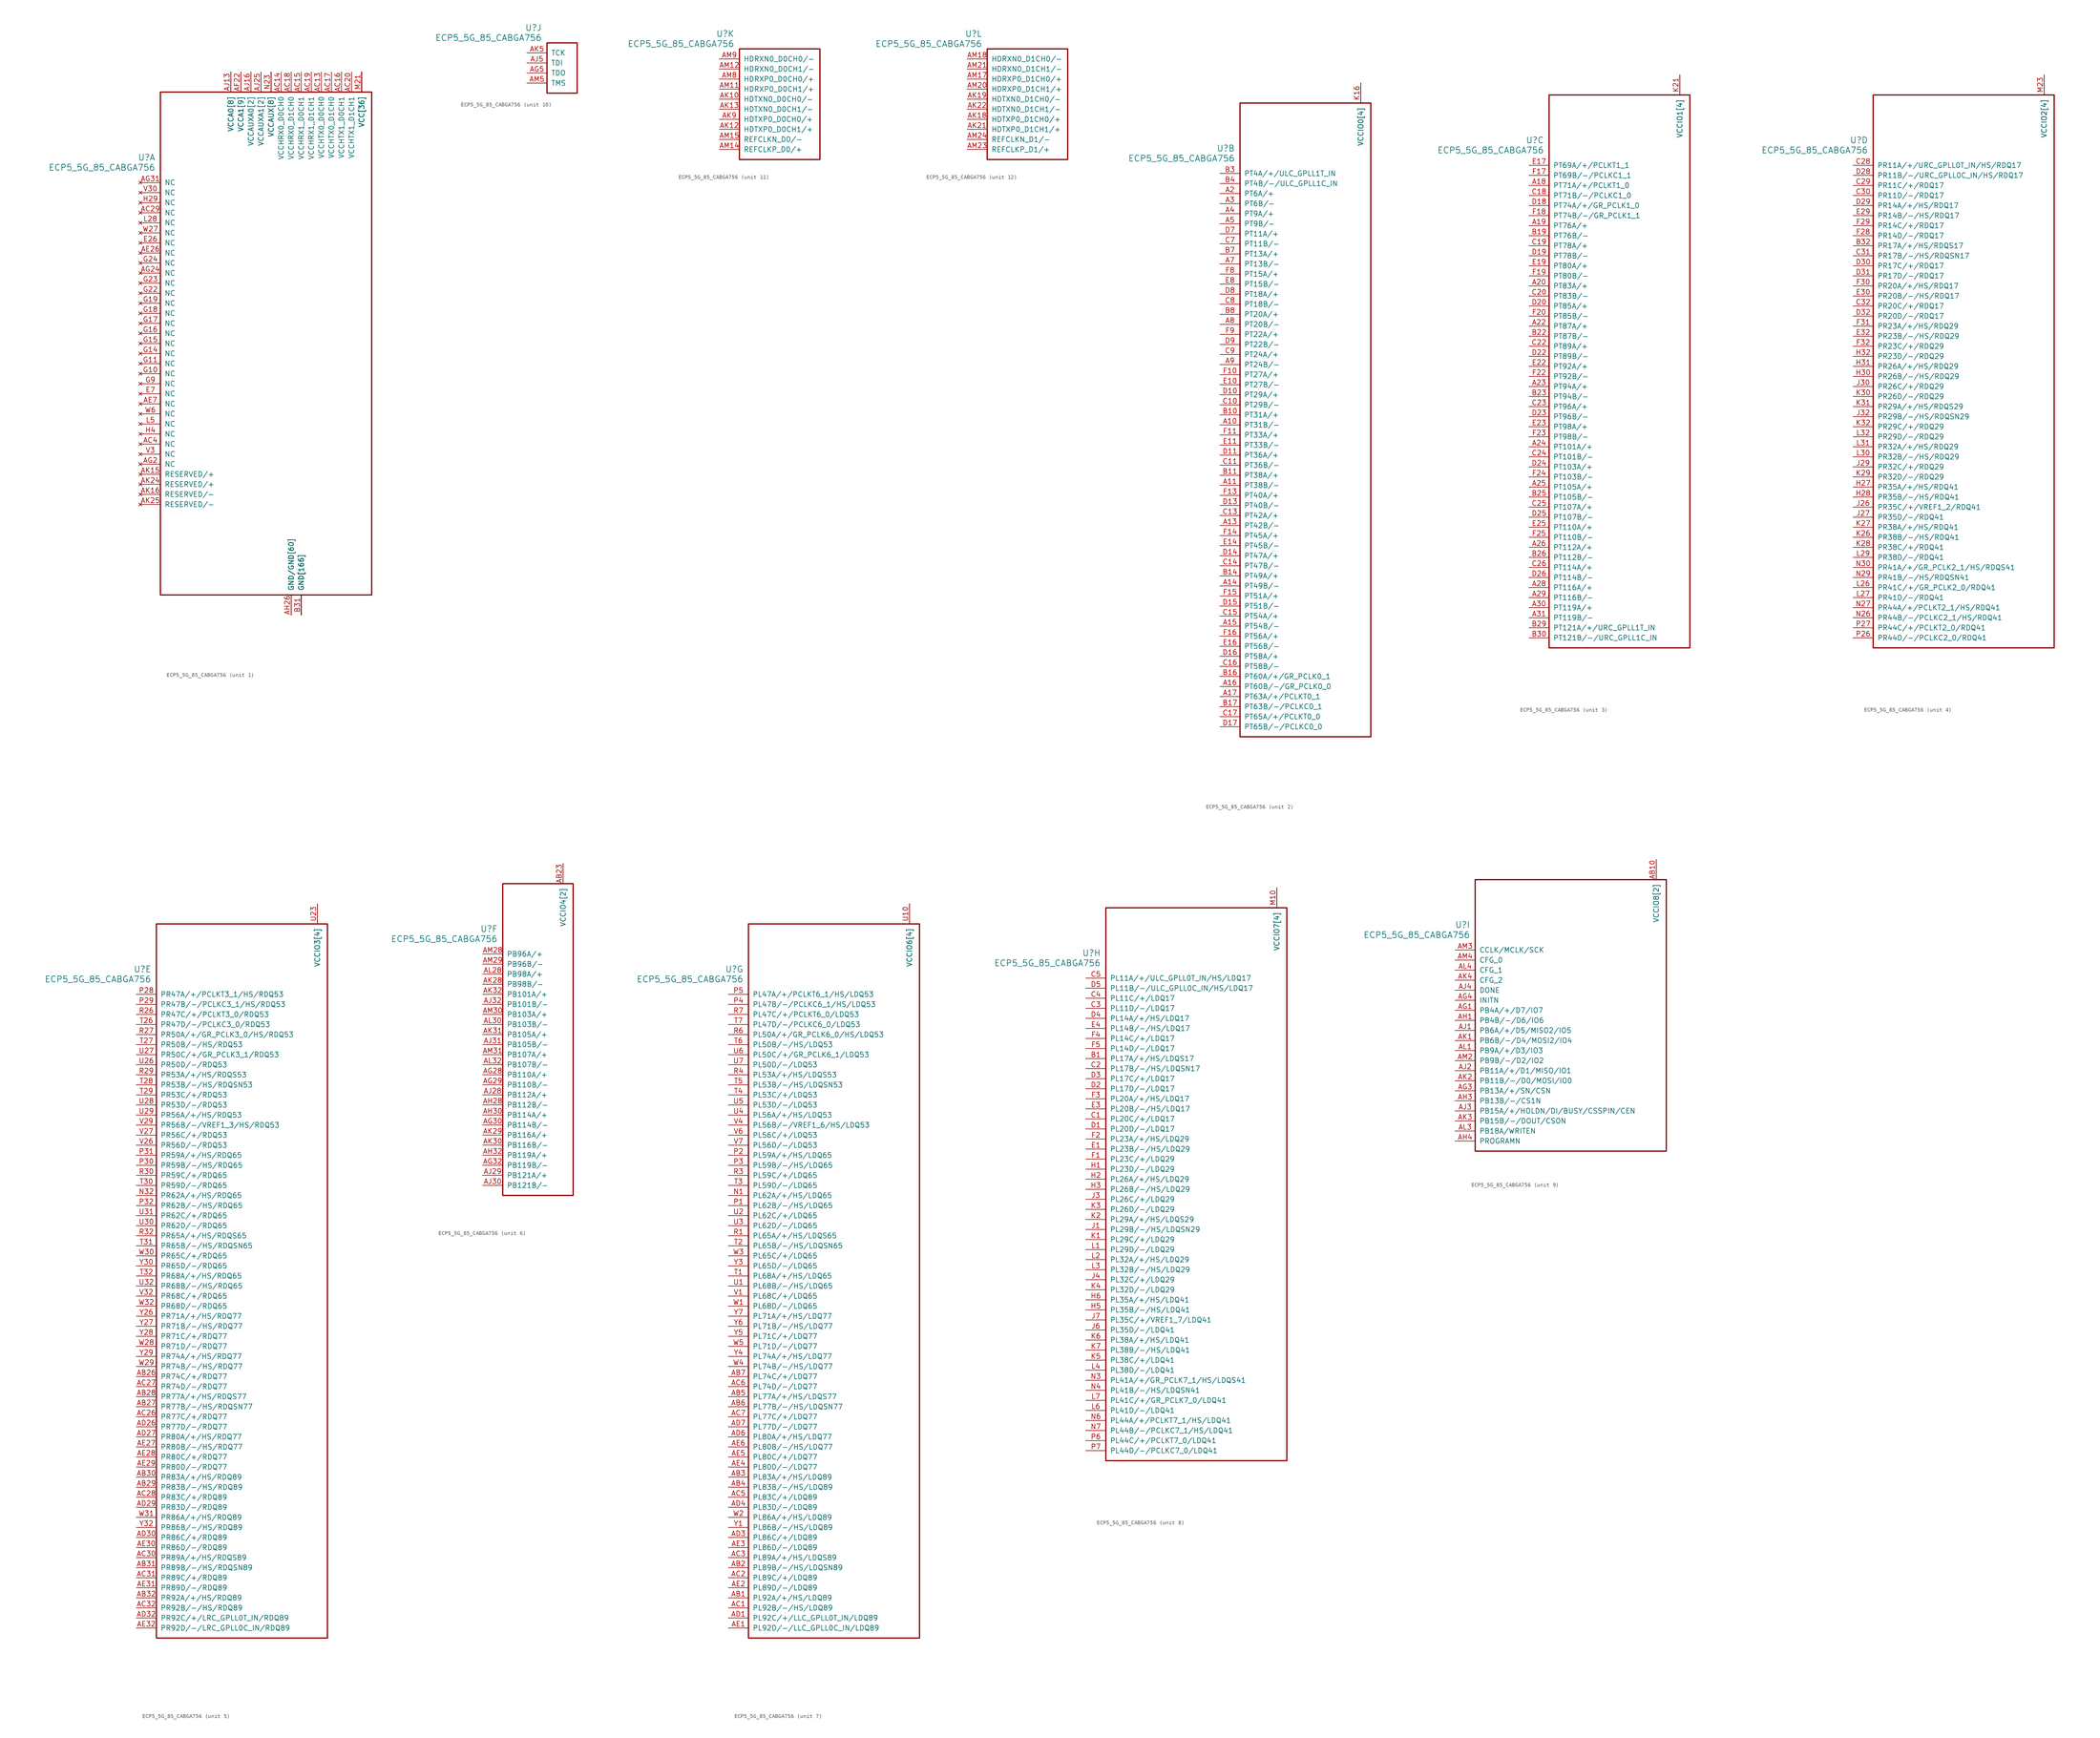
<source format=kicad_sym>
(kicad_symbol_lib
  (version 20231120)
  (generator "kicad_symbol_editor")
  (generator_version "8.0")
  (symbol "ECP5_5G_85_CABGA756"
    (pin_names
      (offset 1.016))
    (property "Reference" "U"
      (at 3.81 6.35 0)
      (effects (font (size 1.524 1.524)) (justify right)))
    (property "Value" "ECP5_5G_85_CABGA756"
      (at 3.81 3.81 0)
      (effects (font (size 1.524 1.524)) (justify right)))
    (property "ki_locked" ""
      (at 0 0 0)
      (effects (font (size 1.27 1.27))))
    (symbol "ECP5_5G_85_CABGA756_1_1"
      (rectangle (start 5.08 22.86) (end 58.42 -104.14) (stroke (width 0.305) (type default)) (fill (type none)))
      (pin power_in line (at 40.64 -109.22 90) (length 5.08) (name "GND[166]" (effects (font (size 1.27 1.27)))) (number "AA11" (effects (font (size 0 0)))))
      (pin power_in line (at 55.88 27.94 270) (length 5.08) (name "VCC[36]" (effects (font (size 1.27 1.27)))) (number "AA12" (effects (font (size 0 0)))))
      (pin power_in line (at 55.88 27.94 270) (length 5.08) (name "VCC[36]" (effects (font (size 1.27 1.27)))) (number "AA13" (effects (font (size 0 0)))))
      (pin power_in line (at 55.88 27.94 270) (length 5.08) (name "VCC[36]" (effects (font (size 1.27 1.27)))) (number "AA14" (effects (font (size 0 0)))))
      (pin power_in line (at 55.88 27.94 270) (length 5.08) (name "VCC[36]" (effects (font (size 1.27 1.27)))) (number "AA15" (effects (font (size 0 0)))))
      (pin power_in line (at 55.88 27.94 270) (length 5.08) (name "VCC[36]" (effects (font (size 1.27 1.27)))) (number "AA16" (effects (font (size 0 0)))))
      (pin power_in line (at 55.88 27.94 270) (length 5.08) (name "VCC[36]" (effects (font (size 1.27 1.27)))) (number "AA17" (effects (font (size 0 0)))))
      (pin power_in line (at 55.88 27.94 270) (length 5.08) (name "VCC[36]" (effects (font (size 1.27 1.27)))) (number "AA18" (effects (font (size 0 0)))))
      (pin power_in line (at 55.88 27.94 270) (length 5.08) (name "VCC[36]" (effects (font (size 1.27 1.27)))) (number "AA19" (effects (font (size 0 0)))))
      (pin power_in line (at 55.88 27.94 270) (length 5.08) (name "VCC[36]" (effects (font (size 1.27 1.27)))) (number "AA20" (effects (font (size 0 0)))))
      (pin power_in line (at 55.88 27.94 270) (length 5.08) (name "VCC[36]" (effects (font (size 1.27 1.27)))) (number "AA21" (effects (font (size 0 0)))))
      (pin power_in line (at 40.64 -109.22 90) (length 5.08) (name "GND[166]" (effects (font (size 1.27 1.27)))) (number "AA22" (effects (font (size 0 0)))))
      (pin power_in line (at 40.64 -109.22 90) (length 5.08) (name "GND[166]" (effects (font (size 1.27 1.27)))) (number "AB11" (effects (font (size 0 0)))))
      (pin power_in line (at 40.64 -109.22 90) (length 5.08) (name "GND[166]" (effects (font (size 1.27 1.27)))) (number "AB12" (effects (font (size 0 0)))))
      (pin power_in line (at 40.64 -109.22 90) (length 5.08) (name "GND[166]" (effects (font (size 1.27 1.27)))) (number "AB13" (effects (font (size 0 0)))))
      (pin power_in line (at 40.64 -109.22 90) (length 5.08) (name "GND[166]" (effects (font (size 1.27 1.27)))) (number "AB14" (effects (font (size 0 0)))))
      (pin power_in line (at 40.64 -109.22 90) (length 5.08) (name "GND[166]" (effects (font (size 1.27 1.27)))) (number "AB15" (effects (font (size 0 0)))))
      (pin power_in line (at 40.64 -109.22 90) (length 5.08) (name "GND[166]" (effects (font (size 1.27 1.27)))) (number "AB16" (effects (font (size 0 0)))))
      (pin power_in line (at 40.64 -109.22 90) (length 5.08) (name "GND[166]" (effects (font (size 1.27 1.27)))) (number "AB17" (effects (font (size 0 0)))))
      (pin power_in line (at 40.64 -109.22 90) (length 5.08) (name "GND[166]" (effects (font (size 1.27 1.27)))) (number "AB18" (effects (font (size 0 0)))))
      (pin power_in line (at 40.64 -109.22 90) (length 5.08) (name "GND[166]" (effects (font (size 1.27 1.27)))) (number "AB19" (effects (font (size 0 0)))))
      (pin power_in line (at 40.64 -109.22 90) (length 5.08) (name "GND[166]" (effects (font (size 1.27 1.27)))) (number "AB20" (effects (font (size 0 0)))))
      (pin power_in line (at 40.64 -109.22 90) (length 5.08) (name "GND[166]" (effects (font (size 1.27 1.27)))) (number "AB21" (effects (font (size 0 0)))))
      (pin power_in line (at 40.64 -109.22 90) (length 5.08) (name "GND[166]" (effects (font (size 1.27 1.27)))) (number "AB22" (effects (font (size 0 0)))))
      (pin power_in line (at 33.02 27.94 270) (length 5.08) (name "VCCAUX[8]" (effects (font (size 1.27 1.27)))) (number "AC11" (effects (font (size 0 0)))))
      (pin power_in line (at 40.64 -109.22 90) (length 5.08) (name "GND[166]" (effects (font (size 1.27 1.27)))) (number "AC12" (effects (font (size 0 0)))))
      (pin power_in line (at 45.72 27.94 270) (length 5.08) (name "VCCHTX0_D0CH0" (effects (font (size 1.27 1.27)))) (number "AC13" (effects (font (size 1.27 1.27)))))
      (pin power_in line (at 35.56 27.94 270) (length 5.08) (name "VCCHRX0_D0CH0" (effects (font (size 1.27 1.27)))) (number "AC14" (effects (font (size 1.27 1.27)))))
      (pin power_in line (at 40.64 27.94 270) (length 5.08) (name "VCCHRX1_D0CH1" (effects (font (size 1.27 1.27)))) (number "AC15" (effects (font (size 1.27 1.27)))))
      (pin power_in line (at 50.8 27.94 270) (length 5.08) (name "VCCHTX1_D0CH1" (effects (font (size 1.27 1.27)))) (number "AC16" (effects (font (size 1.27 1.27)))))
      (pin power_in line (at 48.26 27.94 270) (length 5.08) (name "VCCHTX0_D1CH0" (effects (font (size 1.27 1.27)))) (number "AC17" (effects (font (size 1.27 1.27)))))
      (pin power_in line (at 38.1 27.94 270) (length 5.08) (name "VCCHRX0_D1CH0" (effects (font (size 1.27 1.27)))) (number "AC18" (effects (font (size 1.27 1.27)))))
      (pin power_in line (at 43.18 27.94 270) (length 5.08) (name "VCCHRX1_D1CH1" (effects (font (size 1.27 1.27)))) (number "AC19" (effects (font (size 1.27 1.27)))))
      (pin power_in line (at 53.34 27.94 270) (length 5.08) (name "VCCHTX1_D1CH1" (effects (font (size 1.27 1.27)))) (number "AC20" (effects (font (size 1.27 1.27)))))
      (pin power_in line (at 40.64 -109.22 90) (length 5.08) (name "GND[166]" (effects (font (size 1.27 1.27)))) (number "AC21" (effects (font (size 0 0)))))
      (pin power_in line (at 33.02 27.94 270) (length 5.08) (name "VCCAUX[8]" (effects (font (size 1.27 1.27)))) (number "AC22" (effects (font (size 0 0)))))
      (pin no_connect line (at 0 -7.62 0) (length 5.08) (name "NC" (effects (font (size 1.27 1.27)))) (number "AC29" (effects (font (size 1.27 1.27)))))
      (pin no_connect line (at 0 -66.04 0) (length 5.08) (name "NC" (effects (font (size 1.27 1.27)))) (number "AC4" (effects (font (size 1.27 1.27)))))
      (pin power_in line (at 40.64 -109.22 90) (length 5.08) (name "GND[166]" (effects (font (size 1.27 1.27)))) (number "AD2" (effects (font (size 0 0)))))
      (pin power_in line (at 40.64 -109.22 90) (length 5.08) (name "GND[166]" (effects (font (size 1.27 1.27)))) (number "AD28" (effects (font (size 0 0)))))
      (pin power_in line (at 40.64 -109.22 90) (length 5.08) (name "GND[166]" (effects (font (size 1.27 1.27)))) (number "AD31" (effects (font (size 0 0)))))
      (pin power_in line (at 40.64 -109.22 90) (length 5.08) (name "GND[166]" (effects (font (size 1.27 1.27)))) (number "AD5" (effects (font (size 0 0)))))
      (pin no_connect line (at 0 -17.78 0) (length 5.08) (name "NC" (effects (font (size 1.27 1.27)))) (number "AE26" (effects (font (size 1.27 1.27)))))
      (pin no_connect line (at 0 -55.88 0) (length 5.08) (name "NC" (effects (font (size 1.27 1.27)))) (number "AE7" (effects (font (size 1.27 1.27)))))
      (pin power_in line (at 38.1 -109.22 90) (length 5.08) (name "GND/GND[60]" (effects (font (size 1.27 1.27)))) (number "AF11" (effects (font (size 0 0)))))
      (pin power_in line (at 38.1 -109.22 90) (length 5.08) (name "GND/GND[60]" (effects (font (size 1.27 1.27)))) (number "AF12" (effects (font (size 0 0)))))
      (pin power_in line (at 38.1 -109.22 90) (length 5.08) (name "GND/GND[60]" (effects (font (size 1.27 1.27)))) (number "AF14" (effects (font (size 0 0)))))
      (pin power_in line (at 38.1 -109.22 90) (length 5.08) (name "GND/GND[60]" (effects (font (size 1.27 1.27)))) (number "AF15" (effects (font (size 0 0)))))
      (pin power_in line (at 38.1 -109.22 90) (length 5.08) (name "GND/GND[60]" (effects (font (size 1.27 1.27)))) (number "AF16" (effects (font (size 0 0)))))
      (pin power_in line (at 38.1 -109.22 90) (length 5.08) (name "GND/GND[60]" (effects (font (size 1.27 1.27)))) (number "AF17" (effects (font (size 0 0)))))
      (pin power_in line (at 38.1 -109.22 90) (length 5.08) (name "GND/GND[60]" (effects (font (size 1.27 1.27)))) (number "AF19" (effects (font (size 0 0)))))
      (pin power_in line (at 38.1 -109.22 90) (length 5.08) (name "GND/GND[60]" (effects (font (size 1.27 1.27)))) (number "AF20" (effects (font (size 0 0)))))
      (pin power_in line (at 25.4 27.94 270) (length 5.08) (name "VCCA1[9]" (effects (font (size 1.27 1.27)))) (number "AF22" (effects (font (size 1.27 1.27)))))
      (pin power_in line (at 38.1 -109.22 90) (length 5.08) (name "GND/GND[60]" (effects (font (size 1.27 1.27)))) (number "AF23" (effects (font (size 0 0)))))
      (pin power_in line (at 38.1 -109.22 90) (length 5.08) (name "GND/GND[60]" (effects (font (size 1.27 1.27)))) (number "AG11" (effects (font (size 0 0)))))
      (pin power_in line (at 22.86 27.94 270) (length 5.08) (name "VCCA0[8]" (effects (font (size 1.27 1.27)))) (number "AG12" (effects (font (size 0 0)))))
      (pin power_in line (at 38.1 -109.22 90) (length 5.08) (name "GND/GND[60]" (effects (font (size 1.27 1.27)))) (number "AG14" (effects (font (size 0 0)))))
      (pin power_in line (at 38.1 -109.22 90) (length 5.08) (name "GND/GND[60]" (effects (font (size 1.27 1.27)))) (number "AG15" (effects (font (size 0 0)))))
      (pin power_in line (at 38.1 -109.22 90) (length 5.08) (name "GND/GND[60]" (effects (font (size 1.27 1.27)))) (number "AG16" (effects (font (size 0 0)))))
      (pin power_in line (at 38.1 -109.22 90) (length 5.08) (name "GND/GND[60]" (effects (font (size 1.27 1.27)))) (number "AG17" (effects (font (size 0 0)))))
      (pin power_in line (at 25.4 27.94 270) (length 5.08) (name "VCCA1[9]" (effects (font (size 1.27 1.27)))) (number "AG19" (effects (font (size 0 0)))))
      (pin no_connect line (at 0 -71.12 0) (length 5.08) (name "NC" (effects (font (size 1.27 1.27)))) (number "AG2" (effects (font (size 1.27 1.27)))))
      (pin power_in line (at 38.1 -109.22 90) (length 5.08) (name "GND/GND[60]" (effects (font (size 1.27 1.27)))) (number "AG20" (effects (font (size 0 0)))))
      (pin power_in line (at 25.4 27.94 270) (length 5.08) (name "VCCA1[9]" (effects (font (size 1.27 1.27)))) (number "AG22" (effects (font (size 0 0)))))
      (pin power_in line (at 38.1 -109.22 90) (length 5.08) (name "GND/GND[60]" (effects (font (size 1.27 1.27)))) (number "AG23" (effects (font (size 0 0)))))
      (pin no_connect line (at 0 -22.86 0) (length 5.08) (name "NC" (effects (font (size 1.27 1.27)))) (number "AG24" (effects (font (size 1.27 1.27)))))
      (pin no_connect line (at 0 0 0) (length 5.08) (name "NC" (effects (font (size 1.27 1.27)))) (number "AG31" (effects (font (size 1.27 1.27)))))
      (pin power_in line (at 22.86 27.94 270) (length 5.08) (name "VCCA0[8]" (effects (font (size 1.27 1.27)))) (number "AG9" (effects (font (size 0 0)))))
      (pin power_in line (at 38.1 -109.22 90) (length 5.08) (name "GND/GND[60]" (effects (font (size 1.27 1.27)))) (number "AH11" (effects (font (size 0 0)))))
      (pin power_in line (at 22.86 27.94 270) (length 5.08) (name "VCCA0[8]" (effects (font (size 1.27 1.27)))) (number "AH12" (effects (font (size 0 0)))))
      (pin power_in line (at 38.1 -109.22 90) (length 5.08) (name "GND/GND[60]" (effects (font (size 1.27 1.27)))) (number "AH14" (effects (font (size 0 0)))))
      (pin power_in line (at 38.1 -109.22 90) (length 5.08) (name "GND/GND[60]" (effects (font (size 1.27 1.27)))) (number "AH15" (effects (font (size 0 0)))))
      (pin power_in line (at 38.1 -109.22 90) (length 5.08) (name "GND/GND[60]" (effects (font (size 1.27 1.27)))) (number "AH16" (effects (font (size 0 0)))))
      (pin power_in line (at 38.1 -109.22 90) (length 5.08) (name "GND/GND[60]" (effects (font (size 1.27 1.27)))) (number "AH17" (effects (font (size 0 0)))))
      (pin power_in line (at 25.4 27.94 270) (length 5.08) (name "VCCA1[9]" (effects (font (size 1.27 1.27)))) (number "AH19" (effects (font (size 0 0)))))
      (pin power_in line (at 40.64 -109.22 90) (length 5.08) (name "GND[166]" (effects (font (size 1.27 1.27)))) (number "AH2" (effects (font (size 0 0)))))
      (pin power_in line (at 38.1 -109.22 90) (length 5.08) (name "GND/GND[60]" (effects (font (size 1.27 1.27)))) (number "AH20" (effects (font (size 0 0)))))
      (pin power_in line (at 25.4 27.94 270) (length 5.08) (name "VCCA1[9]" (effects (font (size 1.27 1.27)))) (number "AH22" (effects (font (size 0 0)))))
      (pin power_in line (at 38.1 -109.22 90) (length 5.08) (name "GND/GND[60]" (effects (font (size 1.27 1.27)))) (number "AH23" (effects (font (size 0 0)))))
      (pin power_in line (at 38.1 -109.22 90) (length 5.08) (name "GND/GND[60]" (effects (font (size 1.27 1.27)))) (number "AH24" (effects (font (size 0 0)))))
      (pin power_in line (at 38.1 -109.22 90) (length 5.08) (name "GND/GND[60]" (effects (font (size 1.27 1.27)))) (number "AH25" (effects (font (size 0 0)))))
      (pin power_in line (at 38.1 -109.22 90) (length 5.08) (name "GND/GND[60]" (effects (font (size 1.27 1.27)))) (number "AH26" (effects (font (size 1.27 1.27)))))
      (pin power_in line (at 40.64 -109.22 90) (length 5.08) (name "GND[166]" (effects (font (size 1.27 1.27)))) (number "AH29" (effects (font (size 0 0)))))
      (pin power_in line (at 40.64 -109.22 90) (length 5.08) (name "GND[166]" (effects (font (size 1.27 1.27)))) (number "AH31" (effects (font (size 0 0)))))
      (pin power_in line (at 40.64 -109.22 90) (length 5.08) (name "GND[166]" (effects (font (size 1.27 1.27)))) (number "AH5" (effects (font (size 0 0)))))
      (pin power_in line (at 38.1 -109.22 90) (length 5.08) (name "GND/GND[60]" (effects (font (size 1.27 1.27)))) (number "AH7" (effects (font (size 0 0)))))
      (pin power_in line (at 38.1 -109.22 90) (length 5.08) (name "GND/GND[60]" (effects (font (size 1.27 1.27)))) (number "AH8" (effects (font (size 0 0)))))
      (pin power_in line (at 22.86 27.94 270) (length 5.08) (name "VCCA0[8]" (effects (font (size 1.27 1.27)))) (number "AH9" (effects (font (size 0 0)))))
      (pin power_in line (at 22.86 27.94 270) (length 5.08) (name "VCCA0[8]" (effects (font (size 1.27 1.27)))) (number "AJ10" (effects (font (size 0 0)))))
      (pin power_in line (at 38.1 -109.22 90) (length 5.08) (name "GND/GND[60]" (effects (font (size 1.27 1.27)))) (number "AJ11" (effects (font (size 0 0)))))
      (pin power_in line (at 22.86 27.94 270) (length 5.08) (name "VCCA0[8]" (effects (font (size 1.27 1.27)))) (number "AJ12" (effects (font (size 0 0)))))
      (pin power_in line (at 22.86 27.94 270) (length 5.08) (name "VCCA0[8]" (effects (font (size 1.27 1.27)))) (number "AJ13" (effects (font (size 1.27 1.27)))))
      (pin power_in line (at 38.1 -109.22 90) (length 5.08) (name "GND/GND[60]" (effects (font (size 1.27 1.27)))) (number "AJ14" (effects (font (size 0 0)))))
      (pin power_in line (at 27.94 27.94 270) (length 5.08) (name "VCCAUXA0[2]" (effects (font (size 1.27 1.27)))) (number "AJ15" (effects (font (size 0 0)))))
      (pin power_in line (at 27.94 27.94 270) (length 5.08) (name "VCCAUXA0[2]" (effects (font (size 1.27 1.27)))) (number "AJ16" (effects (font (size 1.27 1.27)))))
      (pin power_in line (at 38.1 -109.22 90) (length 5.08) (name "GND/GND[60]" (effects (font (size 1.27 1.27)))) (number "AJ17" (effects (font (size 0 0)))))
      (pin power_in line (at 25.4 27.94 270) (length 5.08) (name "VCCA1[9]" (effects (font (size 1.27 1.27)))) (number "AJ18" (effects (font (size 0 0)))))
      (pin power_in line (at 25.4 27.94 270) (length 5.08) (name "VCCA1[9]" (effects (font (size 1.27 1.27)))) (number "AJ19" (effects (font (size 0 0)))))
      (pin power_in line (at 38.1 -109.22 90) (length 5.08) (name "GND/GND[60]" (effects (font (size 1.27 1.27)))) (number "AJ20" (effects (font (size 0 0)))))
      (pin power_in line (at 25.4 27.94 270) (length 5.08) (name "VCCA1[9]" (effects (font (size 1.27 1.27)))) (number "AJ21" (effects (font (size 0 0)))))
      (pin power_in line (at 25.4 27.94 270) (length 5.08) (name "VCCA1[9]" (effects (font (size 1.27 1.27)))) (number "AJ22" (effects (font (size 0 0)))))
      (pin power_in line (at 38.1 -109.22 90) (length 5.08) (name "GND/GND[60]" (effects (font (size 1.27 1.27)))) (number "AJ23" (effects (font (size 0 0)))))
      (pin power_in line (at 30.48 27.94 270) (length 5.08) (name "VCCAUXA1[2]" (effects (font (size 1.27 1.27)))) (number "AJ24" (effects (font (size 0 0)))))
      (pin power_in line (at 30.48 27.94 270) (length 5.08) (name "VCCAUXA1[2]" (effects (font (size 1.27 1.27)))) (number "AJ25" (effects (font (size 1.27 1.27)))))
      (pin power_in line (at 38.1 -109.22 90) (length 5.08) (name "GND/GND[60]" (effects (font (size 1.27 1.27)))) (number "AJ26" (effects (font (size 0 0)))))
      (pin power_in line (at 38.1 -109.22 90) (length 5.08) (name "GND/GND[60]" (effects (font (size 1.27 1.27)))) (number "AJ7" (effects (font (size 0 0)))))
      (pin power_in line (at 38.1 -109.22 90) (length 5.08) (name "GND/GND[60]" (effects (font (size 1.27 1.27)))) (number "AJ8" (effects (font (size 0 0)))))
      (pin power_in line (at 22.86 27.94 270) (length 5.08) (name "VCCA0[8]" (effects (font (size 1.27 1.27)))) (number "AJ9" (effects (font (size 0 0)))))
      (pin power_in line (at 38.1 -109.22 90) (length 5.08) (name "GND/GND[60]" (effects (font (size 1.27 1.27)))) (number "AK11" (effects (font (size 0 0)))))
      (pin power_in line (at 38.1 -109.22 90) (length 5.08) (name "GND/GND[60]" (effects (font (size 1.27 1.27)))) (number "AK14" (effects (font (size 0 0)))))
      (pin no_connect line (at 0 -73.66 0) (length 5.08) (name "RESERVED/+" (effects (font (size 1.27 1.27)))) (number "AK15" (effects (font (size 1.27 1.27)))))
      (pin no_connect line (at 0 -78.74 0) (length 5.08) (name "RESERVED/-" (effects (font (size 1.27 1.27)))) (number "AK16" (effects (font (size 1.27 1.27)))))
      (pin power_in line (at 38.1 -109.22 90) (length 5.08) (name "GND/GND[60]" (effects (font (size 1.27 1.27)))) (number "AK17" (effects (font (size 0 0)))))
      (pin power_in line (at 38.1 -109.22 90) (length 5.08) (name "GND/GND[60]" (effects (font (size 1.27 1.27)))) (number "AK20" (effects (font (size 0 0)))))
      (pin power_in line (at 38.1 -109.22 90) (length 5.08) (name "GND/GND[60]" (effects (font (size 1.27 1.27)))) (number "AK23" (effects (font (size 0 0)))))
      (pin no_connect line (at 0 -76.2 0) (length 5.08) (name "RESERVED/+" (effects (font (size 1.27 1.27)))) (number "AK24" (effects (font (size 1.27 1.27)))))
      (pin no_connect line (at 0 -81.28 0) (length 5.08) (name "RESERVED/-" (effects (font (size 1.27 1.27)))) (number "AK25" (effects (font (size 1.27 1.27)))))
      (pin power_in line (at 38.1 -109.22 90) (length 5.08) (name "GND/GND[60]" (effects (font (size 1.27 1.27)))) (number "AK26" (effects (font (size 0 0)))))
      (pin power_in line (at 38.1 -109.22 90) (length 5.08) (name "GND/GND[60]" (effects (font (size 1.27 1.27)))) (number "AK7" (effects (font (size 0 0)))))
      (pin power_in line (at 38.1 -109.22 90) (length 5.08) (name "GND/GND[60]" (effects (font (size 1.27 1.27)))) (number "AK8" (effects (font (size 0 0)))))
      (pin power_in line (at 38.1 -109.22 90) (length 5.08) (name "GND/GND[60]" (effects (font (size 1.27 1.27)))) (number "AL11" (effects (font (size 0 0)))))
      (pin power_in line (at 38.1 -109.22 90) (length 5.08) (name "GND/GND[60]" (effects (font (size 1.27 1.27)))) (number "AL12" (effects (font (size 0 0)))))
      (pin power_in line (at 38.1 -109.22 90) (length 5.08) (name "GND/GND[60]" (effects (font (size 1.27 1.27)))) (number "AL14" (effects (font (size 0 0)))))
      (pin power_in line (at 38.1 -109.22 90) (length 5.08) (name "GND/GND[60]" (effects (font (size 1.27 1.27)))) (number "AL15" (effects (font (size 0 0)))))
      (pin power_in line (at 38.1 -109.22 90) (length 5.08) (name "GND/GND[60]" (effects (font (size 1.27 1.27)))) (number "AL17" (effects (font (size 0 0)))))
      (pin power_in line (at 38.1 -109.22 90) (length 5.08) (name "GND/GND[60]" (effects (font (size 1.27 1.27)))) (number "AL18" (effects (font (size 0 0)))))
      (pin power_in line (at 40.64 -109.22 90) (length 5.08) (name "GND[166]" (effects (font (size 1.27 1.27)))) (number "AL2" (effects (font (size 0 0)))))
      (pin power_in line (at 38.1 -109.22 90) (length 5.08) (name "GND/GND[60]" (effects (font (size 1.27 1.27)))) (number "AL20" (effects (font (size 0 0)))))
      (pin power_in line (at 38.1 -109.22 90) (length 5.08) (name "GND/GND[60]" (effects (font (size 1.27 1.27)))) (number "AL21" (effects (font (size 0 0)))))
      (pin power_in line (at 38.1 -109.22 90) (length 5.08) (name "GND/GND[60]" (effects (font (size 1.27 1.27)))) (number "AL23" (effects (font (size 0 0)))))
      (pin power_in line (at 38.1 -109.22 90) (length 5.08) (name "GND/GND[60]" (effects (font (size 1.27 1.27)))) (number "AL24" (effects (font (size 0 0)))))
      (pin power_in line (at 38.1 -109.22 90) (length 5.08) (name "GND/GND[60]" (effects (font (size 1.27 1.27)))) (number "AL26" (effects (font (size 0 0)))))
      (pin power_in line (at 40.64 -109.22 90) (length 5.08) (name "GND[166]" (effects (font (size 1.27 1.27)))) (number "AL29" (effects (font (size 0 0)))))
      (pin power_in line (at 40.64 -109.22 90) (length 5.08) (name "GND[166]" (effects (font (size 1.27 1.27)))) (number "AL31" (effects (font (size 0 0)))))
      (pin power_in line (at 40.64 -109.22 90) (length 5.08) (name "GND[166]" (effects (font (size 1.27 1.27)))) (number "AL5" (effects (font (size 0 0)))))
      (pin power_in line (at 38.1 -109.22 90) (length 5.08) (name "GND/GND[60]" (effects (font (size 1.27 1.27)))) (number "AL7" (effects (font (size 0 0)))))
      (pin power_in line (at 38.1 -109.22 90) (length 5.08) (name "GND/GND[60]" (effects (font (size 1.27 1.27)))) (number "AL8" (effects (font (size 0 0)))))
      (pin power_in line (at 38.1 -109.22 90) (length 5.08) (name "GND/GND[60]" (effects (font (size 1.27 1.27)))) (number "AL9" (effects (font (size 0 0)))))
      (pin power_in line (at 38.1 -109.22 90) (length 5.08) (name "GND/GND[60]" (effects (font (size 1.27 1.27)))) (number "AM26" (effects (font (size 0 0)))))
      (pin power_in line (at 38.1 -109.22 90) (length 5.08) (name "GND/GND[60]" (effects (font (size 1.27 1.27)))) (number "AM7" (effects (font (size 0 0)))))
      (pin power_in line (at 40.64 -109.22 90) (length 5.08) (name "GND[166]" (effects (font (size 1.27 1.27)))) (number "B13" (effects (font (size 0 0)))))
      (pin power_in line (at 40.64 -109.22 90) (length 5.08) (name "GND[166]" (effects (font (size 1.27 1.27)))) (number "B15" (effects (font (size 0 0)))))
      (pin power_in line (at 40.64 -109.22 90) (length 5.08) (name "GND[166]" (effects (font (size 1.27 1.27)))) (number "B18" (effects (font (size 0 0)))))
      (pin power_in line (at 40.64 -109.22 90) (length 5.08) (name "GND[166]" (effects (font (size 1.27 1.27)))) (number "B2" (effects (font (size 0 0)))))
      (pin power_in line (at 40.64 -109.22 90) (length 5.08) (name "GND[166]" (effects (font (size 1.27 1.27)))) (number "B20" (effects (font (size 0 0)))))
      (pin power_in line (at 40.64 -109.22 90) (length 5.08) (name "GND[166]" (effects (font (size 1.27 1.27)))) (number "B24" (effects (font (size 0 0)))))
      (pin power_in line (at 40.64 -109.22 90) (length 5.08) (name "GND[166]" (effects (font (size 1.27 1.27)))) (number "B28" (effects (font (size 0 0)))))
      (pin power_in line (at 40.64 -109.22 90) (length 5.08) (name "GND[166]" (effects (font (size 1.27 1.27)))) (number "B31" (effects (font (size 1.27 1.27)))))
      (pin power_in line (at 40.64 -109.22 90) (length 5.08) (name "GND[166]" (effects (font (size 1.27 1.27)))) (number "B5" (effects (font (size 0 0)))))
      (pin power_in line (at 40.64 -109.22 90) (length 5.08) (name "GND[166]" (effects (font (size 1.27 1.27)))) (number "B9" (effects (font (size 0 0)))))
      (pin power_in line (at 40.64 -109.22 90) (length 5.08) (name "GND[166]" (effects (font (size 1.27 1.27)))) (number "E13" (effects (font (size 0 0)))))
      (pin power_in line (at 40.64 -109.22 90) (length 5.08) (name "GND[166]" (effects (font (size 1.27 1.27)))) (number "E15" (effects (font (size 0 0)))))
      (pin power_in line (at 40.64 -109.22 90) (length 5.08) (name "GND[166]" (effects (font (size 1.27 1.27)))) (number "E18" (effects (font (size 0 0)))))
      (pin power_in line (at 40.64 -109.22 90) (length 5.08) (name "GND[166]" (effects (font (size 1.27 1.27)))) (number "E2" (effects (font (size 0 0)))))
      (pin power_in line (at 40.64 -109.22 90) (length 5.08) (name "GND[166]" (effects (font (size 1.27 1.27)))) (number "E20" (effects (font (size 0 0)))))
      (pin power_in line (at 40.64 -109.22 90) (length 5.08) (name "GND[166]" (effects (font (size 1.27 1.27)))) (number "E24" (effects (font (size 0 0)))))
      (pin no_connect line (at 0 -15.24 0) (length 5.08) (name "NC" (effects (font (size 1.27 1.27)))) (number "E26" (effects (font (size 1.27 1.27)))))
      (pin power_in line (at 40.64 -109.22 90) (length 5.08) (name "GND[166]" (effects (font (size 1.27 1.27)))) (number "E28" (effects (font (size 0 0)))))
      (pin power_in line (at 40.64 -109.22 90) (length 5.08) (name "GND[166]" (effects (font (size 1.27 1.27)))) (number "E31" (effects (font (size 0 0)))))
      (pin power_in line (at 40.64 -109.22 90) (length 5.08) (name "GND[166]" (effects (font (size 1.27 1.27)))) (number "E5" (effects (font (size 0 0)))))
      (pin no_connect line (at 0 -53.34 0) (length 5.08) (name "NC" (effects (font (size 1.27 1.27)))) (number "E7" (effects (font (size 1.27 1.27)))))
      (pin power_in line (at 40.64 -109.22 90) (length 5.08) (name "GND[166]" (effects (font (size 1.27 1.27)))) (number "E9" (effects (font (size 0 0)))))
      (pin no_connect line (at 0 -48.26 0) (length 5.08) (name "NC" (effects (font (size 1.27 1.27)))) (number "G10" (effects (font (size 1.27 1.27)))))
      (pin no_connect line (at 0 -45.72 0) (length 5.08) (name "NC" (effects (font (size 1.27 1.27)))) (number "G11" (effects (font (size 1.27 1.27)))))
      (pin no_connect line (at 0 -43.18 0) (length 5.08) (name "NC" (effects (font (size 1.27 1.27)))) (number "G14" (effects (font (size 1.27 1.27)))))
      (pin no_connect line (at 0 -40.64 0) (length 5.08) (name "NC" (effects (font (size 1.27 1.27)))) (number "G15" (effects (font (size 1.27 1.27)))))
      (pin no_connect line (at 0 -38.1 0) (length 5.08) (name "NC" (effects (font (size 1.27 1.27)))) (number "G16" (effects (font (size 1.27 1.27)))))
      (pin no_connect line (at 0 -35.56 0) (length 5.08) (name "NC" (effects (font (size 1.27 1.27)))) (number "G17" (effects (font (size 1.27 1.27)))))
      (pin no_connect line (at 0 -33.02 0) (length 5.08) (name "NC" (effects (font (size 1.27 1.27)))) (number "G18" (effects (font (size 1.27 1.27)))))
      (pin no_connect line (at 0 -30.48 0) (length 5.08) (name "NC" (effects (font (size 1.27 1.27)))) (number "G19" (effects (font (size 1.27 1.27)))))
      (pin no_connect line (at 0 -27.94 0) (length 5.08) (name "NC" (effects (font (size 1.27 1.27)))) (number "G22" (effects (font (size 1.27 1.27)))))
      (pin no_connect line (at 0 -25.4 0) (length 5.08) (name "NC" (effects (font (size 1.27 1.27)))) (number "G23" (effects (font (size 1.27 1.27)))))
      (pin no_connect line (at 0 -20.32 0) (length 5.08) (name "NC" (effects (font (size 1.27 1.27)))) (number "G24" (effects (font (size 1.27 1.27)))))
      (pin no_connect line (at 0 -50.8 0) (length 5.08) (name "NC" (effects (font (size 1.27 1.27)))) (number "G9" (effects (font (size 1.27 1.27)))))
      (pin no_connect line (at 0 -5.08 0) (length 5.08) (name "NC" (effects (font (size 1.27 1.27)))) (number "H29" (effects (font (size 1.27 1.27)))))
      (pin no_connect line (at 0 -63.5 0) (length 5.08) (name "NC" (effects (font (size 1.27 1.27)))) (number "H4" (effects (font (size 1.27 1.27)))))
      (pin power_in line (at 40.64 -109.22 90) (length 5.08) (name "GND[166]" (effects (font (size 1.27 1.27)))) (number "J2" (effects (font (size 0 0)))))
      (pin power_in line (at 40.64 -109.22 90) (length 5.08) (name "GND[166]" (effects (font (size 1.27 1.27)))) (number "J28" (effects (font (size 0 0)))))
      (pin power_in line (at 40.64 -109.22 90) (length 5.08) (name "GND[166]" (effects (font (size 1.27 1.27)))) (number "J31" (effects (font (size 0 0)))))
      (pin power_in line (at 40.64 -109.22 90) (length 5.08) (name "GND[166]" (effects (font (size 1.27 1.27)))) (number "J5" (effects (font (size 0 0)))))
      (pin power_in line (at 40.64 -109.22 90) (length 5.08) (name "GND[166]" (effects (font (size 1.27 1.27)))) (number "K10" (effects (font (size 0 0)))))
      (pin power_in line (at 40.64 -109.22 90) (length 5.08) (name "GND[166]" (effects (font (size 1.27 1.27)))) (number "K11" (effects (font (size 0 0)))))
      (pin power_in line (at 33.02 27.94 270) (length 5.08) (name "VCCAUX[8]" (effects (font (size 1.27 1.27)))) (number "K13" (effects (font (size 0 0)))))
      (pin power_in line (at 33.02 27.94 270) (length 5.08) (name "VCCAUX[8]" (effects (font (size 1.27 1.27)))) (number "K20" (effects (font (size 0 0)))))
      (pin power_in line (at 40.64 -109.22 90) (length 5.08) (name "GND[166]" (effects (font (size 1.27 1.27)))) (number "K22" (effects (font (size 0 0)))))
      (pin power_in line (at 40.64 -109.22 90) (length 5.08) (name "GND[166]" (effects (font (size 1.27 1.27)))) (number "K23" (effects (font (size 0 0)))))
      (pin power_in line (at 40.64 -109.22 90) (length 5.08) (name "GND[166]" (effects (font (size 1.27 1.27)))) (number "L10" (effects (font (size 0 0)))))
      (pin power_in line (at 40.64 -109.22 90) (length 5.08) (name "GND[166]" (effects (font (size 1.27 1.27)))) (number "L11" (effects (font (size 0 0)))))
      (pin power_in line (at 40.64 -109.22 90) (length 5.08) (name "GND[166]" (effects (font (size 1.27 1.27)))) (number "L12" (effects (font (size 0 0)))))
      (pin power_in line (at 40.64 -109.22 90) (length 5.08) (name "GND[166]" (effects (font (size 1.27 1.27)))) (number "L13" (effects (font (size 0 0)))))
      (pin power_in line (at 40.64 -109.22 90) (length 5.08) (name "GND[166]" (effects (font (size 1.27 1.27)))) (number "L14" (effects (font (size 0 0)))))
      (pin power_in line (at 40.64 -109.22 90) (length 5.08) (name "GND[166]" (effects (font (size 1.27 1.27)))) (number "L15" (effects (font (size 0 0)))))
      (pin power_in line (at 40.64 -109.22 90) (length 5.08) (name "GND[166]" (effects (font (size 1.27 1.27)))) (number "L16" (effects (font (size 0 0)))))
      (pin power_in line (at 40.64 -109.22 90) (length 5.08) (name "GND[166]" (effects (font (size 1.27 1.27)))) (number "L17" (effects (font (size 0 0)))))
      (pin power_in line (at 40.64 -109.22 90) (length 5.08) (name "GND[166]" (effects (font (size 1.27 1.27)))) (number "L18" (effects (font (size 0 0)))))
      (pin power_in line (at 40.64 -109.22 90) (length 5.08) (name "GND[166]" (effects (font (size 1.27 1.27)))) (number "L19" (effects (font (size 0 0)))))
      (pin power_in line (at 40.64 -109.22 90) (length 5.08) (name "GND[166]" (effects (font (size 1.27 1.27)))) (number "L20" (effects (font (size 0 0)))))
      (pin power_in line (at 40.64 -109.22 90) (length 5.08) (name "GND[166]" (effects (font (size 1.27 1.27)))) (number "L21" (effects (font (size 0 0)))))
      (pin power_in line (at 40.64 -109.22 90) (length 5.08) (name "GND[166]" (effects (font (size 1.27 1.27)))) (number "L22" (effects (font (size 0 0)))))
      (pin power_in line (at 40.64 -109.22 90) (length 5.08) (name "GND[166]" (effects (font (size 1.27 1.27)))) (number "L23" (effects (font (size 0 0)))))
      (pin no_connect line (at 0 -10.16 0) (length 5.08) (name "NC" (effects (font (size 1.27 1.27)))) (number "L28" (effects (font (size 1.27 1.27)))))
      (pin no_connect line (at 0 -60.96 0) (length 5.08) (name "NC" (effects (font (size 1.27 1.27)))) (number "L5" (effects (font (size 1.27 1.27)))))
      (pin power_in line (at 40.64 -109.22 90) (length 5.08) (name "GND[166]" (effects (font (size 1.27 1.27)))) (number "M11" (effects (font (size 0 0)))))
      (pin power_in line (at 55.88 27.94 270) (length 5.08) (name "VCC[36]" (effects (font (size 1.27 1.27)))) (number "M12" (effects (font (size 0 0)))))
      (pin power_in line (at 55.88 27.94 270) (length 5.08) (name "VCC[36]" (effects (font (size 1.27 1.27)))) (number "M13" (effects (font (size 0 0)))))
      (pin power_in line (at 55.88 27.94 270) (length 5.08) (name "VCC[36]" (effects (font (size 1.27 1.27)))) (number "M14" (effects (font (size 0 0)))))
      (pin power_in line (at 55.88 27.94 270) (length 5.08) (name "VCC[36]" (effects (font (size 1.27 1.27)))) (number "M15" (effects (font (size 0 0)))))
      (pin power_in line (at 55.88 27.94 270) (length 5.08) (name "VCC[36]" (effects (font (size 1.27 1.27)))) (number "M16" (effects (font (size 0 0)))))
      (pin power_in line (at 55.88 27.94 270) (length 5.08) (name "VCC[36]" (effects (font (size 1.27 1.27)))) (number "M17" (effects (font (size 0 0)))))
      (pin power_in line (at 55.88 27.94 270) (length 5.08) (name "VCC[36]" (effects (font (size 1.27 1.27)))) (number "M18" (effects (font (size 0 0)))))
      (pin power_in line (at 55.88 27.94 270) (length 5.08) (name "VCC[36]" (effects (font (size 1.27 1.27)))) (number "M19" (effects (font (size 0 0)))))
      (pin power_in line (at 55.88 27.94 270) (length 5.08) (name "VCC[36]" (effects (font (size 1.27 1.27)))) (number "M20" (effects (font (size 0 0)))))
      (pin power_in line (at 55.88 27.94 270) (length 5.08) (name "VCC[36]" (effects (font (size 1.27 1.27)))) (number "M21" (effects (font (size 1.27 1.27)))))
      (pin power_in line (at 40.64 -109.22 90) (length 5.08) (name "GND[166]" (effects (font (size 1.27 1.27)))) (number "M22" (effects (font (size 0 0)))))
      (pin power_in line (at 33.02 27.94 270) (length 5.08) (name "VCCAUX[8]" (effects (font (size 1.27 1.27)))) (number "N10" (effects (font (size 0 0)))))
      (pin power_in line (at 40.64 -109.22 90) (length 5.08) (name "GND[166]" (effects (font (size 1.27 1.27)))) (number "N11" (effects (font (size 0 0)))))
      (pin power_in line (at 55.88 27.94 270) (length 5.08) (name "VCC[36]" (effects (font (size 1.27 1.27)))) (number "N12" (effects (font (size 0 0)))))
      (pin power_in line (at 40.64 -109.22 90) (length 5.08) (name "GND[166]" (effects (font (size 1.27 1.27)))) (number "N13" (effects (font (size 0 0)))))
      (pin power_in line (at 40.64 -109.22 90) (length 5.08) (name "GND[166]" (effects (font (size 1.27 1.27)))) (number "N14" (effects (font (size 0 0)))))
      (pin power_in line (at 40.64 -109.22 90) (length 5.08) (name "GND[166]" (effects (font (size 1.27 1.27)))) (number "N15" (effects (font (size 0 0)))))
      (pin power_in line (at 40.64 -109.22 90) (length 5.08) (name "GND[166]" (effects (font (size 1.27 1.27)))) (number "N16" (effects (font (size 0 0)))))
      (pin power_in line (at 40.64 -109.22 90) (length 5.08) (name "GND[166]" (effects (font (size 1.27 1.27)))) (number "N17" (effects (font (size 0 0)))))
      (pin power_in line (at 40.64 -109.22 90) (length 5.08) (name "GND[166]" (effects (font (size 1.27 1.27)))) (number "N18" (effects (font (size 0 0)))))
      (pin power_in line (at 40.64 -109.22 90) (length 5.08) (name "GND[166]" (effects (font (size 1.27 1.27)))) (number "N19" (effects (font (size 0 0)))))
      (pin power_in line (at 40.64 -109.22 90) (length 5.08) (name "GND[166]" (effects (font (size 1.27 1.27)))) (number "N2" (effects (font (size 0 0)))))
      (pin power_in line (at 40.64 -109.22 90) (length 5.08) (name "GND[166]" (effects (font (size 1.27 1.27)))) (number "N20" (effects (font (size 0 0)))))
      (pin power_in line (at 55.88 27.94 270) (length 5.08) (name "VCC[36]" (effects (font (size 1.27 1.27)))) (number "N21" (effects (font (size 0 0)))))
      (pin power_in line (at 40.64 -109.22 90) (length 5.08) (name "GND[166]" (effects (font (size 1.27 1.27)))) (number "N22" (effects (font (size 0 0)))))
      (pin power_in line (at 33.02 27.94 270) (length 5.08) (name "VCCAUX[8]" (effects (font (size 1.27 1.27)))) (number "N23" (effects (font (size 1.27 1.27)))))
      (pin power_in line (at 40.64 -109.22 90) (length 5.08) (name "GND[166]" (effects (font (size 1.27 1.27)))) (number "N28" (effects (font (size 0 0)))))
      (pin power_in line (at 40.64 -109.22 90) (length 5.08) (name "GND[166]" (effects (font (size 1.27 1.27)))) (number "N31" (effects (font (size 0 0)))))
      (pin power_in line (at 40.64 -109.22 90) (length 5.08) (name "GND[166]" (effects (font (size 1.27 1.27)))) (number "N5" (effects (font (size 0 0)))))
      (pin power_in line (at 40.64 -109.22 90) (length 5.08) (name "GND[166]" (effects (font (size 1.27 1.27)))) (number "P11" (effects (font (size 0 0)))))
      (pin power_in line (at 55.88 27.94 270) (length 5.08) (name "VCC[36]" (effects (font (size 1.27 1.27)))) (number "P12" (effects (font (size 0 0)))))
      (pin power_in line (at 40.64 -109.22 90) (length 5.08) (name "GND[166]" (effects (font (size 1.27 1.27)))) (number "P13" (effects (font (size 0 0)))))
      (pin power_in line (at 40.64 -109.22 90) (length 5.08) (name "GND[166]" (effects (font (size 1.27 1.27)))) (number "P14" (effects (font (size 0 0)))))
      (pin power_in line (at 40.64 -109.22 90) (length 5.08) (name "GND[166]" (effects (font (size 1.27 1.27)))) (number "P15" (effects (font (size 0 0)))))
      (pin power_in line (at 40.64 -109.22 90) (length 5.08) (name "GND[166]" (effects (font (size 1.27 1.27)))) (number "P16" (effects (font (size 0 0)))))
      (pin power_in line (at 40.64 -109.22 90) (length 5.08) (name "GND[166]" (effects (font (size 1.27 1.27)))) (number "P17" (effects (font (size 0 0)))))
      (pin power_in line (at 40.64 -109.22 90) (length 5.08) (name "GND[166]" (effects (font (size 1.27 1.27)))) (number "P18" (effects (font (size 0 0)))))
      (pin power_in line (at 40.64 -109.22 90) (length 5.08) (name "GND[166]" (effects (font (size 1.27 1.27)))) (number "P19" (effects (font (size 0 0)))))
      (pin power_in line (at 40.64 -109.22 90) (length 5.08) (name "GND[166]" (effects (font (size 1.27 1.27)))) (number "P20" (effects (font (size 0 0)))))
      (pin power_in line (at 55.88 27.94 270) (length 5.08) (name "VCC[36]" (effects (font (size 1.27 1.27)))) (number "P21" (effects (font (size 0 0)))))
      (pin power_in line (at 40.64 -109.22 90) (length 5.08) (name "GND[166]" (effects (font (size 1.27 1.27)))) (number "P22" (effects (font (size 0 0)))))
      (pin power_in line (at 40.64 -109.22 90) (length 5.08) (name "GND[166]" (effects (font (size 1.27 1.27)))) (number "R11" (effects (font (size 0 0)))))
      (pin power_in line (at 55.88 27.94 270) (length 5.08) (name "VCC[36]" (effects (font (size 1.27 1.27)))) (number "R12" (effects (font (size 0 0)))))
      (pin power_in line (at 40.64 -109.22 90) (length 5.08) (name "GND[166]" (effects (font (size 1.27 1.27)))) (number "R13" (effects (font (size 0 0)))))
      (pin power_in line (at 40.64 -109.22 90) (length 5.08) (name "GND[166]" (effects (font (size 1.27 1.27)))) (number "R14" (effects (font (size 0 0)))))
      (pin power_in line (at 40.64 -109.22 90) (length 5.08) (name "GND[166]" (effects (font (size 1.27 1.27)))) (number "R15" (effects (font (size 0 0)))))
      (pin power_in line (at 40.64 -109.22 90) (length 5.08) (name "GND[166]" (effects (font (size 1.27 1.27)))) (number "R16" (effects (font (size 0 0)))))
      (pin power_in line (at 40.64 -109.22 90) (length 5.08) (name "GND[166]" (effects (font (size 1.27 1.27)))) (number "R17" (effects (font (size 0 0)))))
      (pin power_in line (at 40.64 -109.22 90) (length 5.08) (name "GND[166]" (effects (font (size 1.27 1.27)))) (number "R18" (effects (font (size 0 0)))))
      (pin power_in line (at 40.64 -109.22 90) (length 5.08) (name "GND[166]" (effects (font (size 1.27 1.27)))) (number "R19" (effects (font (size 0 0)))))
      (pin power_in line (at 40.64 -109.22 90) (length 5.08) (name "GND[166]" (effects (font (size 1.27 1.27)))) (number "R2" (effects (font (size 0 0)))))
      (pin power_in line (at 40.64 -109.22 90) (length 5.08) (name "GND[166]" (effects (font (size 1.27 1.27)))) (number "R20" (effects (font (size 0 0)))))
      (pin power_in line (at 55.88 27.94 270) (length 5.08) (name "VCC[36]" (effects (font (size 1.27 1.27)))) (number "R21" (effects (font (size 0 0)))))
      (pin power_in line (at 40.64 -109.22 90) (length 5.08) (name "GND[166]" (effects (font (size 1.27 1.27)))) (number "R22" (effects (font (size 0 0)))))
      (pin power_in line (at 40.64 -109.22 90) (length 5.08) (name "GND[166]" (effects (font (size 1.27 1.27)))) (number "R28" (effects (font (size 0 0)))))
      (pin power_in line (at 40.64 -109.22 90) (length 5.08) (name "GND[166]" (effects (font (size 1.27 1.27)))) (number "R31" (effects (font (size 0 0)))))
      (pin power_in line (at 40.64 -109.22 90) (length 5.08) (name "GND[166]" (effects (font (size 1.27 1.27)))) (number "R5" (effects (font (size 0 0)))))
      (pin power_in line (at 40.64 -109.22 90) (length 5.08) (name "GND[166]" (effects (font (size 1.27 1.27)))) (number "T11" (effects (font (size 0 0)))))
      (pin power_in line (at 55.88 27.94 270) (length 5.08) (name "VCC[36]" (effects (font (size 1.27 1.27)))) (number "T12" (effects (font (size 0 0)))))
      (pin power_in line (at 40.64 -109.22 90) (length 5.08) (name "GND[166]" (effects (font (size 1.27 1.27)))) (number "T13" (effects (font (size 0 0)))))
      (pin power_in line (at 40.64 -109.22 90) (length 5.08) (name "GND[166]" (effects (font (size 1.27 1.27)))) (number "T14" (effects (font (size 0 0)))))
      (pin power_in line (at 40.64 -109.22 90) (length 5.08) (name "GND[166]" (effects (font (size 1.27 1.27)))) (number "T15" (effects (font (size 0 0)))))
      (pin power_in line (at 40.64 -109.22 90) (length 5.08) (name "GND[166]" (effects (font (size 1.27 1.27)))) (number "T16" (effects (font (size 0 0)))))
      (pin power_in line (at 40.64 -109.22 90) (length 5.08) (name "GND[166]" (effects (font (size 1.27 1.27)))) (number "T17" (effects (font (size 0 0)))))
      (pin power_in line (at 40.64 -109.22 90) (length 5.08) (name "GND[166]" (effects (font (size 1.27 1.27)))) (number "T18" (effects (font (size 0 0)))))
      (pin power_in line (at 40.64 -109.22 90) (length 5.08) (name "GND[166]" (effects (font (size 1.27 1.27)))) (number "T19" (effects (font (size 0 0)))))
      (pin power_in line (at 40.64 -109.22 90) (length 5.08) (name "GND[166]" (effects (font (size 1.27 1.27)))) (number "T20" (effects (font (size 0 0)))))
      (pin power_in line (at 55.88 27.94 270) (length 5.08) (name "VCC[36]" (effects (font (size 1.27 1.27)))) (number "T21" (effects (font (size 0 0)))))
      (pin power_in line (at 40.64 -109.22 90) (length 5.08) (name "GND[166]" (effects (font (size 1.27 1.27)))) (number "T22" (effects (font (size 0 0)))))
      (pin power_in line (at 40.64 -109.22 90) (length 5.08) (name "GND[166]" (effects (font (size 1.27 1.27)))) (number "U11" (effects (font (size 0 0)))))
      (pin power_in line (at 55.88 27.94 270) (length 5.08) (name "VCC[36]" (effects (font (size 1.27 1.27)))) (number "U12" (effects (font (size 0 0)))))
      (pin power_in line (at 40.64 -109.22 90) (length 5.08) (name "GND[166]" (effects (font (size 1.27 1.27)))) (number "U13" (effects (font (size 0 0)))))
      (pin power_in line (at 40.64 -109.22 90) (length 5.08) (name "GND[166]" (effects (font (size 1.27 1.27)))) (number "U14" (effects (font (size 0 0)))))
      (pin power_in line (at 40.64 -109.22 90) (length 5.08) (name "GND[166]" (effects (font (size 1.27 1.27)))) (number "U15" (effects (font (size 0 0)))))
      (pin power_in line (at 40.64 -109.22 90) (length 5.08) (name "GND[166]" (effects (font (size 1.27 1.27)))) (number "U16" (effects (font (size 0 0)))))
      (pin power_in line (at 40.64 -109.22 90) (length 5.08) (name "GND[166]" (effects (font (size 1.27 1.27)))) (number "U17" (effects (font (size 0 0)))))
      (pin power_in line (at 40.64 -109.22 90) (length 5.08) (name "GND[166]" (effects (font (size 1.27 1.27)))) (number "U18" (effects (font (size 0 0)))))
      (pin power_in line (at 40.64 -109.22 90) (length 5.08) (name "GND[166]" (effects (font (size 1.27 1.27)))) (number "U19" (effects (font (size 0 0)))))
      (pin power_in line (at 40.64 -109.22 90) (length 5.08) (name "GND[166]" (effects (font (size 1.27 1.27)))) (number "U20" (effects (font (size 0 0)))))
      (pin power_in line (at 55.88 27.94 270) (length 5.08) (name "VCC[36]" (effects (font (size 1.27 1.27)))) (number "U21" (effects (font (size 0 0)))))
      (pin power_in line (at 40.64 -109.22 90) (length 5.08) (name "GND[166]" (effects (font (size 1.27 1.27)))) (number "U22" (effects (font (size 0 0)))))
      (pin power_in line (at 40.64 -109.22 90) (length 5.08) (name "GND[166]" (effects (font (size 1.27 1.27)))) (number "V11" (effects (font (size 0 0)))))
      (pin power_in line (at 55.88 27.94 270) (length 5.08) (name "VCC[36]" (effects (font (size 1.27 1.27)))) (number "V12" (effects (font (size 0 0)))))
      (pin power_in line (at 40.64 -109.22 90) (length 5.08) (name "GND[166]" (effects (font (size 1.27 1.27)))) (number "V13" (effects (font (size 0 0)))))
      (pin power_in line (at 40.64 -109.22 90) (length 5.08) (name "GND[166]" (effects (font (size 1.27 1.27)))) (number "V14" (effects (font (size 0 0)))))
      (pin power_in line (at 40.64 -109.22 90) (length 5.08) (name "GND[166]" (effects (font (size 1.27 1.27)))) (number "V15" (effects (font (size 0 0)))))
      (pin power_in line (at 40.64 -109.22 90) (length 5.08) (name "GND[166]" (effects (font (size 1.27 1.27)))) (number "V16" (effects (font (size 0 0)))))
      (pin power_in line (at 40.64 -109.22 90) (length 5.08) (name "GND[166]" (effects (font (size 1.27 1.27)))) (number "V17" (effects (font (size 0 0)))))
      (pin power_in line (at 40.64 -109.22 90) (length 5.08) (name "GND[166]" (effects (font (size 1.27 1.27)))) (number "V18" (effects (font (size 0 0)))))
      (pin power_in line (at 40.64 -109.22 90) (length 5.08) (name "GND[166]" (effects (font (size 1.27 1.27)))) (number "V19" (effects (font (size 0 0)))))
      (pin power_in line (at 40.64 -109.22 90) (length 5.08) (name "GND[166]" (effects (font (size 1.27 1.27)))) (number "V2" (effects (font (size 0 0)))))
      (pin power_in line (at 40.64 -109.22 90) (length 5.08) (name "GND[166]" (effects (font (size 1.27 1.27)))) (number "V20" (effects (font (size 0 0)))))
      (pin power_in line (at 55.88 27.94 270) (length 5.08) (name "VCC[36]" (effects (font (size 1.27 1.27)))) (number "V21" (effects (font (size 0 0)))))
      (pin power_in line (at 40.64 -109.22 90) (length 5.08) (name "GND[166]" (effects (font (size 1.27 1.27)))) (number "V22" (effects (font (size 0 0)))))
      (pin power_in line (at 40.64 -109.22 90) (length 5.08) (name "GND[166]" (effects (font (size 1.27 1.27)))) (number "V28" (effects (font (size 0 0)))))
      (pin no_connect line (at 0 -68.58 0) (length 5.08) (name "NC" (effects (font (size 1.27 1.27)))) (number "V3" (effects (font (size 1.27 1.27)))))
      (pin no_connect line (at 0 -2.54 0) (length 5.08) (name "NC" (effects (font (size 1.27 1.27)))) (number "V30" (effects (font (size 1.27 1.27)))))
      (pin power_in line (at 40.64 -109.22 90) (length 5.08) (name "GND[166]" (effects (font (size 1.27 1.27)))) (number "V31" (effects (font (size 0 0)))))
      (pin power_in line (at 40.64 -109.22 90) (length 5.08) (name "GND[166]" (effects (font (size 1.27 1.27)))) (number "V5" (effects (font (size 0 0)))))
      (pin power_in line (at 40.64 -109.22 90) (length 5.08) (name "GND[166]" (effects (font (size 1.27 1.27)))) (number "W11" (effects (font (size 0 0)))))
      (pin power_in line (at 55.88 27.94 270) (length 5.08) (name "VCC[36]" (effects (font (size 1.27 1.27)))) (number "W12" (effects (font (size 0 0)))))
      (pin power_in line (at 40.64 -109.22 90) (length 5.08) (name "GND[166]" (effects (font (size 1.27 1.27)))) (number "W13" (effects (font (size 0 0)))))
      (pin power_in line (at 40.64 -109.22 90) (length 5.08) (name "GND[166]" (effects (font (size 1.27 1.27)))) (number "W14" (effects (font (size 0 0)))))
      (pin power_in line (at 40.64 -109.22 90) (length 5.08) (name "GND[166]" (effects (font (size 1.27 1.27)))) (number "W15" (effects (font (size 0 0)))))
      (pin power_in line (at 40.64 -109.22 90) (length 5.08) (name "GND[166]" (effects (font (size 1.27 1.27)))) (number "W16" (effects (font (size 0 0)))))
      (pin power_in line (at 40.64 -109.22 90) (length 5.08) (name "GND[166]" (effects (font (size 1.27 1.27)))) (number "W17" (effects (font (size 0 0)))))
      (pin power_in line (at 40.64 -109.22 90) (length 5.08) (name "GND[166]" (effects (font (size 1.27 1.27)))) (number "W18" (effects (font (size 0 0)))))
      (pin power_in line (at 40.64 -109.22 90) (length 5.08) (name "GND[166]" (effects (font (size 1.27 1.27)))) (number "W19" (effects (font (size 0 0)))))
      (pin power_in line (at 40.64 -109.22 90) (length 5.08) (name "GND[166]" (effects (font (size 1.27 1.27)))) (number "W20" (effects (font (size 0 0)))))
      (pin power_in line (at 55.88 27.94 270) (length 5.08) (name "VCC[36]" (effects (font (size 1.27 1.27)))) (number "W21" (effects (font (size 0 0)))))
      (pin power_in line (at 40.64 -109.22 90) (length 5.08) (name "GND[166]" (effects (font (size 1.27 1.27)))) (number "W22" (effects (font (size 0 0)))))
      (pin no_connect line (at 0 -12.7 0) (length 5.08) (name "NC" (effects (font (size 1.27 1.27)))) (number "W27" (effects (font (size 1.27 1.27)))))
      (pin no_connect line (at 0 -58.42 0) (length 5.08) (name "NC" (effects (font (size 1.27 1.27)))) (number "W6" (effects (font (size 1.27 1.27)))))
      (pin power_in line (at 33.02 27.94 270) (length 5.08) (name "VCCAUX[8]" (effects (font (size 1.27 1.27)))) (number "Y10" (effects (font (size 0 0)))))
      (pin power_in line (at 40.64 -109.22 90) (length 5.08) (name "GND[166]" (effects (font (size 1.27 1.27)))) (number "Y11" (effects (font (size 0 0)))))
      (pin power_in line (at 55.88 27.94 270) (length 5.08) (name "VCC[36]" (effects (font (size 1.27 1.27)))) (number "Y12" (effects (font (size 0 0)))))
      (pin power_in line (at 40.64 -109.22 90) (length 5.08) (name "GND[166]" (effects (font (size 1.27 1.27)))) (number "Y13" (effects (font (size 0 0)))))
      (pin power_in line (at 40.64 -109.22 90) (length 5.08) (name "GND[166]" (effects (font (size 1.27 1.27)))) (number "Y14" (effects (font (size 0 0)))))
      (pin power_in line (at 40.64 -109.22 90) (length 5.08) (name "GND[166]" (effects (font (size 1.27 1.27)))) (number "Y15" (effects (font (size 0 0)))))
      (pin power_in line (at 40.64 -109.22 90) (length 5.08) (name "GND[166]" (effects (font (size 1.27 1.27)))) (number "Y16" (effects (font (size 0 0)))))
      (pin power_in line (at 40.64 -109.22 90) (length 5.08) (name "GND[166]" (effects (font (size 1.27 1.27)))) (number "Y17" (effects (font (size 0 0)))))
      (pin power_in line (at 40.64 -109.22 90) (length 5.08) (name "GND[166]" (effects (font (size 1.27 1.27)))) (number "Y18" (effects (font (size 0 0)))))
      (pin power_in line (at 40.64 -109.22 90) (length 5.08) (name "GND[166]" (effects (font (size 1.27 1.27)))) (number "Y19" (effects (font (size 0 0)))))
      (pin power_in line (at 40.64 -109.22 90) (length 5.08) (name "GND[166]" (effects (font (size 1.27 1.27)))) (number "Y2" (effects (font (size 0 0)))))
      (pin power_in line (at 40.64 -109.22 90) (length 5.08) (name "GND[166]" (effects (font (size 1.27 1.27)))) (number "Y20" (effects (font (size 0 0)))))
      (pin power_in line (at 55.88 27.94 270) (length 5.08) (name "VCC[36]" (effects (font (size 1.27 1.27)))) (number "Y21" (effects (font (size 0 0)))))
      (pin power_in line (at 40.64 -109.22 90) (length 5.08) (name "GND[166]" (effects (font (size 1.27 1.27)))) (number "Y22" (effects (font (size 0 0)))))
      (pin power_in line (at 33.02 27.94 270) (length 5.08) (name "VCCAUX[8]" (effects (font (size 1.27 1.27)))) (number "Y23" (effects (font (size 0 0)))))
      (pin power_in line (at 40.64 -109.22 90) (length 5.08) (name "GND[166]" (effects (font (size 1.27 1.27)))) (number "Y31" (effects (font (size 0 0))))))
    (symbol "ECP5_5G_85_CABGA756_2_1"
      (rectangle (start 5.08 17.78) (end 38.1 -142.24) (stroke (width 0.305) (type default)) (fill (type none)))
      (pin bidirectional line (at 0 -63.5 0) (length 5.08) (name "PT31B/-" (effects (font (size 1.27 1.27)))) (number "A10" (effects (font (size 1.27 1.27)))))
      (pin bidirectional line (at 0 -78.74 0) (length 5.08) (name "PT38B/-" (effects (font (size 1.27 1.27)))) (number "A11" (effects (font (size 1.27 1.27)))))
      (pin bidirectional line (at 0 -88.9 0) (length 5.08) (name "PT42B/-" (effects (font (size 1.27 1.27)))) (number "A13" (effects (font (size 1.27 1.27)))))
      (pin bidirectional line (at 0 -104.14 0) (length 5.08) (name "PT49B/-" (effects (font (size 1.27 1.27)))) (number "A14" (effects (font (size 1.27 1.27)))))
      (pin bidirectional line (at 0 -114.3 0) (length 5.08) (name "PT54B/-" (effects (font (size 1.27 1.27)))) (number "A15" (effects (font (size 1.27 1.27)))))
      (pin bidirectional line (at 0 -129.54 0) (length 5.08) (name "PT60B/-/GR_PCLK0_0" (effects (font (size 1.27 1.27)))) (number "A16" (effects (font (size 1.27 1.27)))))
      (pin bidirectional line (at 0 -132.08 0) (length 5.08) (name "PT63A/+/PCLKT0_1" (effects (font (size 1.27 1.27)))) (number "A17" (effects (font (size 1.27 1.27)))))
      (pin bidirectional line (at 0 -5.08 0) (length 5.08) (name "PT6A/+" (effects (font (size 1.27 1.27)))) (number "A2" (effects (font (size 1.27 1.27)))))
      (pin bidirectional line (at 0 -7.62 0) (length 5.08) (name "PT6B/-" (effects (font (size 1.27 1.27)))) (number "A3" (effects (font (size 1.27 1.27)))))
      (pin bidirectional line (at 0 -10.16 0) (length 5.08) (name "PT9A/+" (effects (font (size 1.27 1.27)))) (number "A4" (effects (font (size 1.27 1.27)))))
      (pin bidirectional line (at 0 -12.7 0) (length 5.08) (name "PT9B/-" (effects (font (size 1.27 1.27)))) (number "A5" (effects (font (size 1.27 1.27)))))
      (pin bidirectional line (at 0 -22.86 0) (length 5.08) (name "PT13B/-" (effects (font (size 1.27 1.27)))) (number "A7" (effects (font (size 1.27 1.27)))))
      (pin bidirectional line (at 0 -38.1 0) (length 5.08) (name "PT20B/-" (effects (font (size 1.27 1.27)))) (number "A8" (effects (font (size 1.27 1.27)))))
      (pin bidirectional line (at 0 -48.26 0) (length 5.08) (name "PT24B/-" (effects (font (size 1.27 1.27)))) (number "A9" (effects (font (size 1.27 1.27)))))
      (pin bidirectional line (at 0 -60.96 0) (length 5.08) (name "PT31A/+" (effects (font (size 1.27 1.27)))) (number "B10" (effects (font (size 1.27 1.27)))))
      (pin bidirectional line (at 0 -76.2 0) (length 5.08) (name "PT38A/+" (effects (font (size 1.27 1.27)))) (number "B11" (effects (font (size 1.27 1.27)))))
      (pin bidirectional line (at 0 -101.6 0) (length 5.08) (name "PT49A/+" (effects (font (size 1.27 1.27)))) (number "B14" (effects (font (size 1.27 1.27)))))
      (pin bidirectional line (at 0 -127 0) (length 5.08) (name "PT60A/+/GR_PCLK0_1" (effects (font (size 1.27 1.27)))) (number "B16" (effects (font (size 1.27 1.27)))))
      (pin bidirectional line (at 0 -134.62 0) (length 5.08) (name "PT63B/-/PCLKC0_1" (effects (font (size 1.27 1.27)))) (number "B17" (effects (font (size 1.27 1.27)))))
      (pin bidirectional line (at 0 0 0) (length 5.08) (name "PT4A/+/ULC_GPLL1T_IN" (effects (font (size 1.27 1.27)))) (number "B3" (effects (font (size 1.27 1.27)))))
      (pin bidirectional line (at 0 -2.54 0) (length 5.08) (name "PT4B/-/ULC_GPLL1C_IN" (effects (font (size 1.27 1.27)))) (number "B4" (effects (font (size 1.27 1.27)))))
      (pin bidirectional line (at 0 -20.32 0) (length 5.08) (name "PT13A/+" (effects (font (size 1.27 1.27)))) (number "B7" (effects (font (size 1.27 1.27)))))
      (pin bidirectional line (at 0 -35.56 0) (length 5.08) (name "PT20A/+" (effects (font (size 1.27 1.27)))) (number "B8" (effects (font (size 1.27 1.27)))))
      (pin bidirectional line (at 0 -58.42 0) (length 5.08) (name "PT29B/-" (effects (font (size 1.27 1.27)))) (number "C10" (effects (font (size 1.27 1.27)))))
      (pin bidirectional line (at 0 -73.66 0) (length 5.08) (name "PT36B/-" (effects (font (size 1.27 1.27)))) (number "C11" (effects (font (size 1.27 1.27)))))
      (pin bidirectional line (at 0 -86.36 0) (length 5.08) (name "PT42A/+" (effects (font (size 1.27 1.27)))) (number "C13" (effects (font (size 1.27 1.27)))))
      (pin bidirectional line (at 0 -99.06 0) (length 5.08) (name "PT47B/-" (effects (font (size 1.27 1.27)))) (number "C14" (effects (font (size 1.27 1.27)))))
      (pin bidirectional line (at 0 -111.76 0) (length 5.08) (name "PT54A/+" (effects (font (size 1.27 1.27)))) (number "C15" (effects (font (size 1.27 1.27)))))
      (pin bidirectional line (at 0 -124.46 0) (length 5.08) (name "PT58B/-" (effects (font (size 1.27 1.27)))) (number "C16" (effects (font (size 1.27 1.27)))))
      (pin bidirectional line (at 0 -137.16 0) (length 5.08) (name "PT65A/+/PCLKT0_0" (effects (font (size 1.27 1.27)))) (number "C17" (effects (font (size 1.27 1.27)))))
      (pin bidirectional line (at 0 -17.78 0) (length 5.08) (name "PT11B/-" (effects (font (size 1.27 1.27)))) (number "C7" (effects (font (size 1.27 1.27)))))
      (pin bidirectional line (at 0 -33.02 0) (length 5.08) (name "PT18B/-" (effects (font (size 1.27 1.27)))) (number "C8" (effects (font (size 1.27 1.27)))))
      (pin bidirectional line (at 0 -45.72 0) (length 5.08) (name "PT24A/+" (effects (font (size 1.27 1.27)))) (number "C9" (effects (font (size 1.27 1.27)))))
      (pin bidirectional line (at 0 -55.88 0) (length 5.08) (name "PT29A/+" (effects (font (size 1.27 1.27)))) (number "D10" (effects (font (size 1.27 1.27)))))
      (pin bidirectional line (at 0 -71.12 0) (length 5.08) (name "PT36A/+" (effects (font (size 1.27 1.27)))) (number "D11" (effects (font (size 1.27 1.27)))))
      (pin bidirectional line (at 0 -83.82 0) (length 5.08) (name "PT40B/-" (effects (font (size 1.27 1.27)))) (number "D13" (effects (font (size 1.27 1.27)))))
      (pin bidirectional line (at 0 -96.52 0) (length 5.08) (name "PT47A/+" (effects (font (size 1.27 1.27)))) (number "D14" (effects (font (size 1.27 1.27)))))
      (pin bidirectional line (at 0 -109.22 0) (length 5.08) (name "PT51B/-" (effects (font (size 1.27 1.27)))) (number "D15" (effects (font (size 1.27 1.27)))))
      (pin bidirectional line (at 0 -121.92 0) (length 5.08) (name "PT58A/+" (effects (font (size 1.27 1.27)))) (number "D16" (effects (font (size 1.27 1.27)))))
      (pin bidirectional line (at 0 -139.7 0) (length 5.08) (name "PT65B/-/PCLKC0_0" (effects (font (size 1.27 1.27)))) (number "D17" (effects (font (size 1.27 1.27)))))
      (pin bidirectional line (at 0 -15.24 0) (length 5.08) (name "PT11A/+" (effects (font (size 1.27 1.27)))) (number "D7" (effects (font (size 1.27 1.27)))))
      (pin bidirectional line (at 0 -30.48 0) (length 5.08) (name "PT18A/+" (effects (font (size 1.27 1.27)))) (number "D8" (effects (font (size 1.27 1.27)))))
      (pin bidirectional line (at 0 -43.18 0) (length 5.08) (name "PT22B/-" (effects (font (size 1.27 1.27)))) (number "D9" (effects (font (size 1.27 1.27)))))
      (pin bidirectional line (at 0 -53.34 0) (length 5.08) (name "PT27B/-" (effects (font (size 1.27 1.27)))) (number "E10" (effects (font (size 1.27 1.27)))))
      (pin bidirectional line (at 0 -68.58 0) (length 5.08) (name "PT33B/-" (effects (font (size 1.27 1.27)))) (number "E11" (effects (font (size 1.27 1.27)))))
      (pin bidirectional line (at 0 -93.98 0) (length 5.08) (name "PT45B/-" (effects (font (size 1.27 1.27)))) (number "E14" (effects (font (size 1.27 1.27)))))
      (pin bidirectional line (at 0 -119.38 0) (length 5.08) (name "PT56B/-" (effects (font (size 1.27 1.27)))) (number "E16" (effects (font (size 1.27 1.27)))))
      (pin bidirectional line (at 0 -27.94 0) (length 5.08) (name "PT15B/-" (effects (font (size 1.27 1.27)))) (number "E8" (effects (font (size 1.27 1.27)))))
      (pin bidirectional line (at 0 -50.8 0) (length 5.08) (name "PT27A/+" (effects (font (size 1.27 1.27)))) (number "F10" (effects (font (size 1.27 1.27)))))
      (pin bidirectional line (at 0 -66.04 0) (length 5.08) (name "PT33A/+" (effects (font (size 1.27 1.27)))) (number "F11" (effects (font (size 1.27 1.27)))))
      (pin bidirectional line (at 0 -81.28 0) (length 5.08) (name "PT40A/+" (effects (font (size 1.27 1.27)))) (number "F13" (effects (font (size 1.27 1.27)))))
      (pin bidirectional line (at 0 -91.44 0) (length 5.08) (name "PT45A/+" (effects (font (size 1.27 1.27)))) (number "F14" (effects (font (size 1.27 1.27)))))
      (pin bidirectional line (at 0 -106.68 0) (length 5.08) (name "PT51A/+" (effects (font (size 1.27 1.27)))) (number "F15" (effects (font (size 1.27 1.27)))))
      (pin bidirectional line (at 0 -116.84 0) (length 5.08) (name "PT56A/+" (effects (font (size 1.27 1.27)))) (number "F16" (effects (font (size 1.27 1.27)))))
      (pin bidirectional line (at 0 -25.4 0) (length 5.08) (name "PT15A/+" (effects (font (size 1.27 1.27)))) (number "F8" (effects (font (size 1.27 1.27)))))
      (pin bidirectional line (at 0 -40.64 0) (length 5.08) (name "PT22A/+" (effects (font (size 1.27 1.27)))) (number "F9" (effects (font (size 1.27 1.27)))))
      (pin power_in line (at 35.56 22.86 270) (length 5.08) (name "VCCIO0[4]" (effects (font (size 1.27 1.27)))) (number "K12" (effects (font (size 0 0)))))
      (pin power_in line (at 35.56 22.86 270) (length 5.08) (name "VCCIO0[4]" (effects (font (size 1.27 1.27)))) (number "K14" (effects (font (size 0 0)))))
      (pin power_in line (at 35.56 22.86 270) (length 5.08) (name "VCCIO0[4]" (effects (font (size 1.27 1.27)))) (number "K15" (effects (font (size 0 0)))))
      (pin power_in line (at 35.56 22.86 270) (length 5.08) (name "VCCIO0[4]" (effects (font (size 1.27 1.27)))) (number "K16" (effects (font (size 1.27 1.27))))))
    (symbol "ECP5_5G_85_CABGA756_3_1"
      (rectangle (start 5.08 17.78) (end 40.64 -121.92) (stroke (width 0.305) (type default)) (fill (type none)))
      (pin bidirectional line (at 0 -5.08 0) (length 5.08) (name "PT71A/+/PCLKT1_0" (effects (font (size 1.27 1.27)))) (number "A18" (effects (font (size 1.27 1.27)))))
      (pin bidirectional line (at 0 -15.24 0) (length 5.08) (name "PT76A/+" (effects (font (size 1.27 1.27)))) (number "A19" (effects (font (size 1.27 1.27)))))
      (pin bidirectional line (at 0 -30.48 0) (length 5.08) (name "PT83A/+" (effects (font (size 1.27 1.27)))) (number "A20" (effects (font (size 1.27 1.27)))))
      (pin bidirectional line (at 0 -40.64 0) (length 5.08) (name "PT87A/+" (effects (font (size 1.27 1.27)))) (number "A22" (effects (font (size 1.27 1.27)))))
      (pin bidirectional line (at 0 -55.88 0) (length 5.08) (name "PT94A/+" (effects (font (size 1.27 1.27)))) (number "A23" (effects (font (size 1.27 1.27)))))
      (pin bidirectional line (at 0 -71.12 0) (length 5.08) (name "PT101A/+" (effects (font (size 1.27 1.27)))) (number "A24" (effects (font (size 1.27 1.27)))))
      (pin bidirectional line (at 0 -81.28 0) (length 5.08) (name "PT105A/+" (effects (font (size 1.27 1.27)))) (number "A25" (effects (font (size 1.27 1.27)))))
      (pin bidirectional line (at 0 -96.52 0) (length 5.08) (name "PT112A/+" (effects (font (size 1.27 1.27)))) (number "A26" (effects (font (size 1.27 1.27)))))
      (pin bidirectional line (at 0 -106.68 0) (length 5.08) (name "PT116A/+" (effects (font (size 1.27 1.27)))) (number "A28" (effects (font (size 1.27 1.27)))))
      (pin bidirectional line (at 0 -109.22 0) (length 5.08) (name "PT116B/-" (effects (font (size 1.27 1.27)))) (number "A29" (effects (font (size 1.27 1.27)))))
      (pin bidirectional line (at 0 -111.76 0) (length 5.08) (name "PT119A/+" (effects (font (size 1.27 1.27)))) (number "A30" (effects (font (size 1.27 1.27)))))
      (pin bidirectional line (at 0 -114.3 0) (length 5.08) (name "PT119B/-" (effects (font (size 1.27 1.27)))) (number "A31" (effects (font (size 1.27 1.27)))))
      (pin bidirectional line (at 0 -17.78 0) (length 5.08) (name "PT76B/-" (effects (font (size 1.27 1.27)))) (number "B19" (effects (font (size 1.27 1.27)))))
      (pin bidirectional line (at 0 -43.18 0) (length 5.08) (name "PT87B/-" (effects (font (size 1.27 1.27)))) (number "B22" (effects (font (size 1.27 1.27)))))
      (pin bidirectional line (at 0 -58.42 0) (length 5.08) (name "PT94B/-" (effects (font (size 1.27 1.27)))) (number "B23" (effects (font (size 1.27 1.27)))))
      (pin bidirectional line (at 0 -83.82 0) (length 5.08) (name "PT105B/-" (effects (font (size 1.27 1.27)))) (number "B25" (effects (font (size 1.27 1.27)))))
      (pin bidirectional line (at 0 -99.06 0) (length 5.08) (name "PT112B/-" (effects (font (size 1.27 1.27)))) (number "B26" (effects (font (size 1.27 1.27)))))
      (pin bidirectional line (at 0 -116.84 0) (length 5.08) (name "PT121A/+/URC_GPLL1T_IN" (effects (font (size 1.27 1.27)))) (number "B29" (effects (font (size 1.27 1.27)))))
      (pin bidirectional line (at 0 -119.38 0) (length 5.08) (name "PT121B/-/URC_GPLL1C_IN" (effects (font (size 1.27 1.27)))) (number "B30" (effects (font (size 1.27 1.27)))))
      (pin bidirectional line (at 0 -7.62 0) (length 5.08) (name "PT71B/-/PCLKC1_0" (effects (font (size 1.27 1.27)))) (number "C18" (effects (font (size 1.27 1.27)))))
      (pin bidirectional line (at 0 -20.32 0) (length 5.08) (name "PT78A/+" (effects (font (size 1.27 1.27)))) (number "C19" (effects (font (size 1.27 1.27)))))
      (pin bidirectional line (at 0 -33.02 0) (length 5.08) (name "PT83B/-" (effects (font (size 1.27 1.27)))) (number "C20" (effects (font (size 1.27 1.27)))))
      (pin bidirectional line (at 0 -45.72 0) (length 5.08) (name "PT89A/+" (effects (font (size 1.27 1.27)))) (number "C22" (effects (font (size 1.27 1.27)))))
      (pin bidirectional line (at 0 -60.96 0) (length 5.08) (name "PT96A/+" (effects (font (size 1.27 1.27)))) (number "C23" (effects (font (size 1.27 1.27)))))
      (pin bidirectional line (at 0 -73.66 0) (length 5.08) (name "PT101B/-" (effects (font (size 1.27 1.27)))) (number "C24" (effects (font (size 1.27 1.27)))))
      (pin bidirectional line (at 0 -86.36 0) (length 5.08) (name "PT107A/+" (effects (font (size 1.27 1.27)))) (number "C25" (effects (font (size 1.27 1.27)))))
      (pin bidirectional line (at 0 -101.6 0) (length 5.08) (name "PT114A/+" (effects (font (size 1.27 1.27)))) (number "C26" (effects (font (size 1.27 1.27)))))
      (pin bidirectional line (at 0 -10.16 0) (length 5.08) (name "PT74A/+/GR_PCLK1_0" (effects (font (size 1.27 1.27)))) (number "D18" (effects (font (size 1.27 1.27)))))
      (pin bidirectional line (at 0 -22.86 0) (length 5.08) (name "PT78B/-" (effects (font (size 1.27 1.27)))) (number "D19" (effects (font (size 1.27 1.27)))))
      (pin bidirectional line (at 0 -35.56 0) (length 5.08) (name "PT85A/+" (effects (font (size 1.27 1.27)))) (number "D20" (effects (font (size 1.27 1.27)))))
      (pin bidirectional line (at 0 -48.26 0) (length 5.08) (name "PT89B/-" (effects (font (size 1.27 1.27)))) (number "D22" (effects (font (size 1.27 1.27)))))
      (pin bidirectional line (at 0 -63.5 0) (length 5.08) (name "PT96B/-" (effects (font (size 1.27 1.27)))) (number "D23" (effects (font (size 1.27 1.27)))))
      (pin bidirectional line (at 0 -76.2 0) (length 5.08) (name "PT103A/+" (effects (font (size 1.27 1.27)))) (number "D24" (effects (font (size 1.27 1.27)))))
      (pin bidirectional line (at 0 -88.9 0) (length 5.08) (name "PT107B/-" (effects (font (size 1.27 1.27)))) (number "D25" (effects (font (size 1.27 1.27)))))
      (pin bidirectional line (at 0 -104.14 0) (length 5.08) (name "PT114B/-" (effects (font (size 1.27 1.27)))) (number "D26" (effects (font (size 1.27 1.27)))))
      (pin bidirectional line (at 0 0 0) (length 5.08) (name "PT69A/+/PCLKT1_1" (effects (font (size 1.27 1.27)))) (number "E17" (effects (font (size 1.27 1.27)))))
      (pin bidirectional line (at 0 -25.4 0) (length 5.08) (name "PT80A/+" (effects (font (size 1.27 1.27)))) (number "E19" (effects (font (size 1.27 1.27)))))
      (pin bidirectional line (at 0 -50.8 0) (length 5.08) (name "PT92A/+" (effects (font (size 1.27 1.27)))) (number "E22" (effects (font (size 1.27 1.27)))))
      (pin bidirectional line (at 0 -66.04 0) (length 5.08) (name "PT98A/+" (effects (font (size 1.27 1.27)))) (number "E23" (effects (font (size 1.27 1.27)))))
      (pin bidirectional line (at 0 -91.44 0) (length 5.08) (name "PT110A/+" (effects (font (size 1.27 1.27)))) (number "E25" (effects (font (size 1.27 1.27)))))
      (pin bidirectional line (at 0 -2.54 0) (length 5.08) (name "PT69B/-/PCLKC1_1" (effects (font (size 1.27 1.27)))) (number "F17" (effects (font (size 1.27 1.27)))))
      (pin bidirectional line (at 0 -12.7 0) (length 5.08) (name "PT74B/-/GR_PCLK1_1" (effects (font (size 1.27 1.27)))) (number "F18" (effects (font (size 1.27 1.27)))))
      (pin bidirectional line (at 0 -27.94 0) (length 5.08) (name "PT80B/-" (effects (font (size 1.27 1.27)))) (number "F19" (effects (font (size 1.27 1.27)))))
      (pin bidirectional line (at 0 -38.1 0) (length 5.08) (name "PT85B/-" (effects (font (size 1.27 1.27)))) (number "F20" (effects (font (size 1.27 1.27)))))
      (pin bidirectional line (at 0 -53.34 0) (length 5.08) (name "PT92B/-" (effects (font (size 1.27 1.27)))) (number "F22" (effects (font (size 1.27 1.27)))))
      (pin bidirectional line (at 0 -68.58 0) (length 5.08) (name "PT98B/-" (effects (font (size 1.27 1.27)))) (number "F23" (effects (font (size 1.27 1.27)))))
      (pin bidirectional line (at 0 -78.74 0) (length 5.08) (name "PT103B/-" (effects (font (size 1.27 1.27)))) (number "F24" (effects (font (size 1.27 1.27)))))
      (pin bidirectional line (at 0 -93.98 0) (length 5.08) (name "PT110B/-" (effects (font (size 1.27 1.27)))) (number "F25" (effects (font (size 1.27 1.27)))))
      (pin power_in line (at 38.1 22.86 270) (length 5.08) (name "VCCIO1[4]" (effects (font (size 1.27 1.27)))) (number "K17" (effects (font (size 0 0)))))
      (pin power_in line (at 38.1 22.86 270) (length 5.08) (name "VCCIO1[4]" (effects (font (size 1.27 1.27)))) (number "K18" (effects (font (size 0 0)))))
      (pin power_in line (at 38.1 22.86 270) (length 5.08) (name "VCCIO1[4]" (effects (font (size 1.27 1.27)))) (number "K19" (effects (font (size 0 0)))))
      (pin power_in line (at 38.1 22.86 270) (length 5.08) (name "VCCIO1[4]" (effects (font (size 1.27 1.27)))) (number "K21" (effects (font (size 1.27 1.27))))))
    (symbol "ECP5_5G_85_CABGA756_4_1"
      (rectangle (start 5.08 17.78) (end 50.8 -121.92) (stroke (width 0.305) (type default)) (fill (type none)))
      (pin bidirectional line (at 0 -20.32 0) (length 5.08) (name "PR17A/+/HS/RDQS17" (effects (font (size 1.27 1.27)))) (number "B32" (effects (font (size 1.27 1.27)))))
      (pin bidirectional line (at 0 0 0) (length 5.08) (name "PR11A/+/URC_GPLL0T_IN/HS/RDQ17" (effects (font (size 1.27 1.27)))) (number "C28" (effects (font (size 1.27 1.27)))))
      (pin bidirectional line (at 0 -5.08 0) (length 5.08) (name "PR11C/+/RDQ17" (effects (font (size 1.27 1.27)))) (number "C29" (effects (font (size 1.27 1.27)))))
      (pin bidirectional line (at 0 -7.62 0) (length 5.08) (name "PR11D/-/RDQ17" (effects (font (size 1.27 1.27)))) (number "C30" (effects (font (size 1.27 1.27)))))
      (pin bidirectional line (at 0 -22.86 0) (length 5.08) (name "PR17B/-/HS/RDQSN17" (effects (font (size 1.27 1.27)))) (number "C31" (effects (font (size 1.27 1.27)))))
      (pin bidirectional line (at 0 -35.56 0) (length 5.08) (name "PR20C/+/RDQ17" (effects (font (size 1.27 1.27)))) (number "C32" (effects (font (size 1.27 1.27)))))
      (pin bidirectional line (at 0 -2.54 0) (length 5.08) (name "PR11B/-/URC_GPLL0C_IN/HS/RDQ17" (effects (font (size 1.27 1.27)))) (number "D28" (effects (font (size 1.27 1.27)))))
      (pin bidirectional line (at 0 -10.16 0) (length 5.08) (name "PR14A/+/HS/RDQ17" (effects (font (size 1.27 1.27)))) (number "D29" (effects (font (size 1.27 1.27)))))
      (pin bidirectional line (at 0 -25.4 0) (length 5.08) (name "PR17C/+/RDQ17" (effects (font (size 1.27 1.27)))) (number "D30" (effects (font (size 1.27 1.27)))))
      (pin bidirectional line (at 0 -27.94 0) (length 5.08) (name "PR17D/-/RDQ17" (effects (font (size 1.27 1.27)))) (number "D31" (effects (font (size 1.27 1.27)))))
      (pin bidirectional line (at 0 -38.1 0) (length 5.08) (name "PR20D/-/RDQ17" (effects (font (size 1.27 1.27)))) (number "D32" (effects (font (size 1.27 1.27)))))
      (pin bidirectional line (at 0 -12.7 0) (length 5.08) (name "PR14B/-/HS/RDQ17" (effects (font (size 1.27 1.27)))) (number "E29" (effects (font (size 1.27 1.27)))))
      (pin bidirectional line (at 0 -33.02 0) (length 5.08) (name "PR20B/-/HS/RDQ17" (effects (font (size 1.27 1.27)))) (number "E30" (effects (font (size 1.27 1.27)))))
      (pin bidirectional line (at 0 -43.18 0) (length 5.08) (name "PR23B/-/HS/RDQ29" (effects (font (size 1.27 1.27)))) (number "E32" (effects (font (size 1.27 1.27)))))
      (pin bidirectional line (at 0 -17.78 0) (length 5.08) (name "PR14D/-/RDQ17" (effects (font (size 1.27 1.27)))) (number "F28" (effects (font (size 1.27 1.27)))))
      (pin bidirectional line (at 0 -15.24 0) (length 5.08) (name "PR14C/+/RDQ17" (effects (font (size 1.27 1.27)))) (number "F29" (effects (font (size 1.27 1.27)))))
      (pin bidirectional line (at 0 -30.48 0) (length 5.08) (name "PR20A/+/HS/RDQ17" (effects (font (size 1.27 1.27)))) (number "F30" (effects (font (size 1.27 1.27)))))
      (pin bidirectional line (at 0 -40.64 0) (length 5.08) (name "PR23A/+/HS/RDQ29" (effects (font (size 1.27 1.27)))) (number "F31" (effects (font (size 1.27 1.27)))))
      (pin bidirectional line (at 0 -45.72 0) (length 5.08) (name "PR23C/+/RDQ29" (effects (font (size 1.27 1.27)))) (number "F32" (effects (font (size 1.27 1.27)))))
      (pin bidirectional line (at 0 -81.28 0) (length 5.08) (name "PR35A/+/HS/RDQ41" (effects (font (size 1.27 1.27)))) (number "H27" (effects (font (size 1.27 1.27)))))
      (pin bidirectional line (at 0 -83.82 0) (length 5.08) (name "PR35B/-/HS/RDQ41" (effects (font (size 1.27 1.27)))) (number "H28" (effects (font (size 1.27 1.27)))))
      (pin bidirectional line (at 0 -53.34 0) (length 5.08) (name "PR26B/-/HS/RDQ29" (effects (font (size 1.27 1.27)))) (number "H30" (effects (font (size 1.27 1.27)))))
      (pin bidirectional line (at 0 -50.8 0) (length 5.08) (name "PR26A/+/HS/RDQ29" (effects (font (size 1.27 1.27)))) (number "H31" (effects (font (size 1.27 1.27)))))
      (pin bidirectional line (at 0 -48.26 0) (length 5.08) (name "PR23D/-/RDQ29" (effects (font (size 1.27 1.27)))) (number "H32" (effects (font (size 1.27 1.27)))))
      (pin bidirectional line (at 0 -86.36 0) (length 5.08) (name "PR35C/+/VREF1_2/RDQ41" (effects (font (size 1.27 1.27)))) (number "J26" (effects (font (size 1.27 1.27)))))
      (pin bidirectional line (at 0 -88.9 0) (length 5.08) (name "PR35D/-/RDQ41" (effects (font (size 1.27 1.27)))) (number "J27" (effects (font (size 1.27 1.27)))))
      (pin bidirectional line (at 0 -76.2 0) (length 5.08) (name "PR32C/+/RDQ29" (effects (font (size 1.27 1.27)))) (number "J29" (effects (font (size 1.27 1.27)))))
      (pin bidirectional line (at 0 -55.88 0) (length 5.08) (name "PR26C/+/RDQ29" (effects (font (size 1.27 1.27)))) (number "J30" (effects (font (size 1.27 1.27)))))
      (pin bidirectional line (at 0 -63.5 0) (length 5.08) (name "PR29B/-/HS/RDQSN29" (effects (font (size 1.27 1.27)))) (number "J32" (effects (font (size 1.27 1.27)))))
      (pin bidirectional line (at 0 -93.98 0) (length 5.08) (name "PR38B/-/HS/RDQ41" (effects (font (size 1.27 1.27)))) (number "K26" (effects (font (size 1.27 1.27)))))
      (pin bidirectional line (at 0 -91.44 0) (length 5.08) (name "PR38A/+/HS/RDQ41" (effects (font (size 1.27 1.27)))) (number "K27" (effects (font (size 1.27 1.27)))))
      (pin bidirectional line (at 0 -96.52 0) (length 5.08) (name "PR38C/+/RDQ41" (effects (font (size 1.27 1.27)))) (number "K28" (effects (font (size 1.27 1.27)))))
      (pin bidirectional line (at 0 -78.74 0) (length 5.08) (name "PR32D/-/RDQ29" (effects (font (size 1.27 1.27)))) (number "K29" (effects (font (size 1.27 1.27)))))
      (pin bidirectional line (at 0 -58.42 0) (length 5.08) (name "PR26D/-/RDQ29" (effects (font (size 1.27 1.27)))) (number "K30" (effects (font (size 1.27 1.27)))))
      (pin bidirectional line (at 0 -60.96 0) (length 5.08) (name "PR29A/+/HS/RDQS29" (effects (font (size 1.27 1.27)))) (number "K31" (effects (font (size 1.27 1.27)))))
      (pin bidirectional line (at 0 -66.04 0) (length 5.08) (name "PR29C/+/RDQ29" (effects (font (size 1.27 1.27)))) (number "K32" (effects (font (size 1.27 1.27)))))
      (pin bidirectional line (at 0 -106.68 0) (length 5.08) (name "PR41C/+/GR_PCLK2_0/RDQ41" (effects (font (size 1.27 1.27)))) (number "L26" (effects (font (size 1.27 1.27)))))
      (pin bidirectional line (at 0 -109.22 0) (length 5.08) (name "PR41D/-/RDQ41" (effects (font (size 1.27 1.27)))) (number "L27" (effects (font (size 1.27 1.27)))))
      (pin bidirectional line (at 0 -99.06 0) (length 5.08) (name "PR38D/-/RDQ41" (effects (font (size 1.27 1.27)))) (number "L29" (effects (font (size 1.27 1.27)))))
      (pin bidirectional line (at 0 -73.66 0) (length 5.08) (name "PR32B/-/HS/RDQ29" (effects (font (size 1.27 1.27)))) (number "L30" (effects (font (size 1.27 1.27)))))
      (pin bidirectional line (at 0 -71.12 0) (length 5.08) (name "PR32A/+/HS/RDQ29" (effects (font (size 1.27 1.27)))) (number "L31" (effects (font (size 1.27 1.27)))))
      (pin bidirectional line (at 0 -68.58 0) (length 5.08) (name "PR29D/-/RDQ29" (effects (font (size 1.27 1.27)))) (number "L32" (effects (font (size 1.27 1.27)))))
      (pin power_in line (at 48.26 22.86 270) (length 5.08) (name "VCCIO2[4]" (effects (font (size 1.27 1.27)))) (number "M23" (effects (font (size 1.27 1.27)))))
      (pin bidirectional line (at 0 -114.3 0) (length 5.08) (name "PR44B/-/PCLKC2_1/HS/RDQ41" (effects (font (size 1.27 1.27)))) (number "N26" (effects (font (size 1.27 1.27)))))
      (pin bidirectional line (at 0 -111.76 0) (length 5.08) (name "PR44A/+/PCLKT2_1/HS/RDQ41" (effects (font (size 1.27 1.27)))) (number "N27" (effects (font (size 1.27 1.27)))))
      (pin bidirectional line (at 0 -104.14 0) (length 5.08) (name "PR41B/-/HS/RDQSN41" (effects (font (size 1.27 1.27)))) (number "N29" (effects (font (size 1.27 1.27)))))
      (pin bidirectional line (at 0 -101.6 0) (length 5.08) (name "PR41A/+/GR_PCLK2_1/HS/RDQS41" (effects (font (size 1.27 1.27)))) (number "N30" (effects (font (size 1.27 1.27)))))
      (pin power_in line (at 48.26 22.86 270) (length 5.08) (name "VCCIO2[4]" (effects (font (size 1.27 1.27)))) (number "P23" (effects (font (size 0 0)))))
      (pin bidirectional line (at 0 -119.38 0) (length 5.08) (name "PR44D/-/PCLKC2_0/RDQ41" (effects (font (size 1.27 1.27)))) (number "P26" (effects (font (size 1.27 1.27)))))
      (pin bidirectional line (at 0 -116.84 0) (length 5.08) (name "PR44C/+/PCLKT2_0/RDQ41" (effects (font (size 1.27 1.27)))) (number "P27" (effects (font (size 1.27 1.27)))))
      (pin power_in line (at 48.26 22.86 270) (length 5.08) (name "VCCIO2[4]" (effects (font (size 1.27 1.27)))) (number "R23" (effects (font (size 0 0)))))
      (pin power_in line (at 48.26 22.86 270) (length 5.08) (name "VCCIO2[4]" (effects (font (size 1.27 1.27)))) (number "T23" (effects (font (size 0 0))))))
    (symbol "ECP5_5G_85_CABGA756_5_1"
      (rectangle (start 5.08 17.78) (end 48.26 -162.56) (stroke (width 0.305) (type default)) (fill (type none)))
      (pin power_in line (at 45.72 22.86 270) (length 5.08) (name "VCCIO3[4]" (effects (font (size 1.27 1.27)))) (number "AA23" (effects (font (size 0 0)))))
      (pin bidirectional line (at 0 -96.52 0) (length 5.08) (name "PR74C/+/RDQ77" (effects (font (size 1.27 1.27)))) (number "AB26" (effects (font (size 1.27 1.27)))))
      (pin bidirectional line (at 0 -104.14 0) (length 5.08) (name "PR77B/-/HS/RDQSN77" (effects (font (size 1.27 1.27)))) (number "AB27" (effects (font (size 1.27 1.27)))))
      (pin bidirectional line (at 0 -101.6 0) (length 5.08) (name "PR77A/+/HS/RDQS77" (effects (font (size 1.27 1.27)))) (number "AB28" (effects (font (size 1.27 1.27)))))
      (pin bidirectional line (at 0 -124.46 0) (length 5.08) (name "PR83B/-/HS/RDQ89" (effects (font (size 1.27 1.27)))) (number "AB29" (effects (font (size 1.27 1.27)))))
      (pin bidirectional line (at 0 -121.92 0) (length 5.08) (name "PR83A/+/HS/RDQ89" (effects (font (size 1.27 1.27)))) (number "AB30" (effects (font (size 1.27 1.27)))))
      (pin bidirectional line (at 0 -144.78 0) (length 5.08) (name "PR89B/-/HS/RDQSN89" (effects (font (size 1.27 1.27)))) (number "AB31" (effects (font (size 1.27 1.27)))))
      (pin bidirectional line (at 0 -152.4 0) (length 5.08) (name "PR92A/+/HS/RDQ89" (effects (font (size 1.27 1.27)))) (number "AB32" (effects (font (size 1.27 1.27)))))
      (pin bidirectional line (at 0 -106.68 0) (length 5.08) (name "PR77C/+/RDQ77" (effects (font (size 1.27 1.27)))) (number "AC26" (effects (font (size 1.27 1.27)))))
      (pin bidirectional line (at 0 -99.06 0) (length 5.08) (name "PR74D/-/RDQ77" (effects (font (size 1.27 1.27)))) (number "AC27" (effects (font (size 1.27 1.27)))))
      (pin bidirectional line (at 0 -127 0) (length 5.08) (name "PR83C/+/RDQ89" (effects (font (size 1.27 1.27)))) (number "AC28" (effects (font (size 1.27 1.27)))))
      (pin bidirectional line (at 0 -142.24 0) (length 5.08) (name "PR89A/+/HS/RDQS89" (effects (font (size 1.27 1.27)))) (number "AC30" (effects (font (size 1.27 1.27)))))
      (pin bidirectional line (at 0 -147.32 0) (length 5.08) (name "PR89C/+/RDQ89" (effects (font (size 1.27 1.27)))) (number "AC31" (effects (font (size 1.27 1.27)))))
      (pin bidirectional line (at 0 -154.94 0) (length 5.08) (name "PR92B/-/HS/RDQ89" (effects (font (size 1.27 1.27)))) (number "AC32" (effects (font (size 1.27 1.27)))))
      (pin bidirectional line (at 0 -109.22 0) (length 5.08) (name "PR77D/-/RDQ77" (effects (font (size 1.27 1.27)))) (number "AD26" (effects (font (size 1.27 1.27)))))
      (pin bidirectional line (at 0 -111.76 0) (length 5.08) (name "PR80A/+/HS/RDQ77" (effects (font (size 1.27 1.27)))) (number "AD27" (effects (font (size 1.27 1.27)))))
      (pin bidirectional line (at 0 -129.54 0) (length 5.08) (name "PR83D/-/RDQ89" (effects (font (size 1.27 1.27)))) (number "AD29" (effects (font (size 1.27 1.27)))))
      (pin bidirectional line (at 0 -137.16 0) (length 5.08) (name "PR86C/+/RDQ89" (effects (font (size 1.27 1.27)))) (number "AD30" (effects (font (size 1.27 1.27)))))
      (pin bidirectional line (at 0 -157.48 0) (length 5.08) (name "PR92C/+/LRC_GPLL0T_IN/RDQ89" (effects (font (size 1.27 1.27)))) (number "AD32" (effects (font (size 1.27 1.27)))))
      (pin bidirectional line (at 0 -114.3 0) (length 5.08) (name "PR80B/-/HS/RDQ77" (effects (font (size 1.27 1.27)))) (number "AE27" (effects (font (size 1.27 1.27)))))
      (pin bidirectional line (at 0 -116.84 0) (length 5.08) (name "PR80C/+/RDQ77" (effects (font (size 1.27 1.27)))) (number "AE28" (effects (font (size 1.27 1.27)))))
      (pin bidirectional line (at 0 -119.38 0) (length 5.08) (name "PR80D/-/RDQ77" (effects (font (size 1.27 1.27)))) (number "AE29" (effects (font (size 1.27 1.27)))))
      (pin bidirectional line (at 0 -139.7 0) (length 5.08) (name "PR86D/-/RDQ89" (effects (font (size 1.27 1.27)))) (number "AE30" (effects (font (size 1.27 1.27)))))
      (pin bidirectional line (at 0 -149.86 0) (length 5.08) (name "PR89D/-/RDQ89" (effects (font (size 1.27 1.27)))) (number "AE31" (effects (font (size 1.27 1.27)))))
      (pin bidirectional line (at 0 -160.02 0) (length 5.08) (name "PR92D/-/LRC_GPLL0C_IN/RDQ89" (effects (font (size 1.27 1.27)))) (number "AE32" (effects (font (size 1.27 1.27)))))
      (pin bidirectional line (at 0 -50.8 0) (length 5.08) (name "PR62A/+/HS/RDQ65" (effects (font (size 1.27 1.27)))) (number "N32" (effects (font (size 1.27 1.27)))))
      (pin bidirectional line (at 0 0 0) (length 5.08) (name "PR47A/+/PCLKT3_1/HS/RDQ53" (effects (font (size 1.27 1.27)))) (number "P28" (effects (font (size 1.27 1.27)))))
      (pin bidirectional line (at 0 -2.54 0) (length 5.08) (name "PR47B/-/PCLKC3_1/HS/RDQ53" (effects (font (size 1.27 1.27)))) (number "P29" (effects (font (size 1.27 1.27)))))
      (pin bidirectional line (at 0 -43.18 0) (length 5.08) (name "PR59B/-/HS/RDQ65" (effects (font (size 1.27 1.27)))) (number "P30" (effects (font (size 1.27 1.27)))))
      (pin bidirectional line (at 0 -40.64 0) (length 5.08) (name "PR59A/+/HS/RDQ65" (effects (font (size 1.27 1.27)))) (number "P31" (effects (font (size 1.27 1.27)))))
      (pin bidirectional line (at 0 -53.34 0) (length 5.08) (name "PR62B/-/HS/RDQ65" (effects (font (size 1.27 1.27)))) (number "P32" (effects (font (size 1.27 1.27)))))
      (pin bidirectional line (at 0 -5.08 0) (length 5.08) (name "PR47C/+/PCLKT3_0/RDQ53" (effects (font (size 1.27 1.27)))) (number "R26" (effects (font (size 1.27 1.27)))))
      (pin bidirectional line (at 0 -10.16 0) (length 5.08) (name "PR50A/+/GR_PCLK3_0/HS/RDQ53" (effects (font (size 1.27 1.27)))) (number "R27" (effects (font (size 1.27 1.27)))))
      (pin bidirectional line (at 0 -20.32 0) (length 5.08) (name "PR53A/+/HS/RDQS53" (effects (font (size 1.27 1.27)))) (number "R29" (effects (font (size 1.27 1.27)))))
      (pin bidirectional line (at 0 -45.72 0) (length 5.08) (name "PR59C/+/RDQ65" (effects (font (size 1.27 1.27)))) (number "R30" (effects (font (size 1.27 1.27)))))
      (pin bidirectional line (at 0 -60.96 0) (length 5.08) (name "PR65A/+/HS/RDQS65" (effects (font (size 1.27 1.27)))) (number "R32" (effects (font (size 1.27 1.27)))))
      (pin bidirectional line (at 0 -7.62 0) (length 5.08) (name "PR47D/-/PCLKC3_0/RDQ53" (effects (font (size 1.27 1.27)))) (number "T26" (effects (font (size 1.27 1.27)))))
      (pin bidirectional line (at 0 -12.7 0) (length 5.08) (name "PR50B/-/HS/RDQ53" (effects (font (size 1.27 1.27)))) (number "T27" (effects (font (size 1.27 1.27)))))
      (pin bidirectional line (at 0 -22.86 0) (length 5.08) (name "PR53B/-/HS/RDQSN53" (effects (font (size 1.27 1.27)))) (number "T28" (effects (font (size 1.27 1.27)))))
      (pin bidirectional line (at 0 -25.4 0) (length 5.08) (name "PR53C/+/RDQ53" (effects (font (size 1.27 1.27)))) (number "T29" (effects (font (size 1.27 1.27)))))
      (pin bidirectional line (at 0 -48.26 0) (length 5.08) (name "PR59D/-/RDQ65" (effects (font (size 1.27 1.27)))) (number "T30" (effects (font (size 1.27 1.27)))))
      (pin bidirectional line (at 0 -63.5 0) (length 5.08) (name "PR65B/-/HS/RDQSN65" (effects (font (size 1.27 1.27)))) (number "T31" (effects (font (size 1.27 1.27)))))
      (pin bidirectional line (at 0 -71.12 0) (length 5.08) (name "PR68A/+/HS/RDQ65" (effects (font (size 1.27 1.27)))) (number "T32" (effects (font (size 1.27 1.27)))))
      (pin power_in line (at 45.72 22.86 270) (length 5.08) (name "VCCIO3[4]" (effects (font (size 1.27 1.27)))) (number "U23" (effects (font (size 1.27 1.27)))))
      (pin bidirectional line (at 0 -17.78 0) (length 5.08) (name "PR50D/-/RDQ53" (effects (font (size 1.27 1.27)))) (number "U26" (effects (font (size 1.27 1.27)))))
      (pin bidirectional line (at 0 -15.24 0) (length 5.08) (name "PR50C/+/GR_PCLK3_1/RDQ53" (effects (font (size 1.27 1.27)))) (number "U27" (effects (font (size 1.27 1.27)))))
      (pin bidirectional line (at 0 -27.94 0) (length 5.08) (name "PR53D/-/RDQ53" (effects (font (size 1.27 1.27)))) (number "U28" (effects (font (size 1.27 1.27)))))
      (pin bidirectional line (at 0 -30.48 0) (length 5.08) (name "PR56A/+/HS/RDQ53" (effects (font (size 1.27 1.27)))) (number "U29" (effects (font (size 1.27 1.27)))))
      (pin bidirectional line (at 0 -58.42 0) (length 5.08) (name "PR62D/-/RDQ65" (effects (font (size 1.27 1.27)))) (number "U30" (effects (font (size 1.27 1.27)))))
      (pin bidirectional line (at 0 -55.88 0) (length 5.08) (name "PR62C/+/RDQ65" (effects (font (size 1.27 1.27)))) (number "U31" (effects (font (size 1.27 1.27)))))
      (pin bidirectional line (at 0 -73.66 0) (length 5.08) (name "PR68B/-/HS/RDQ65" (effects (font (size 1.27 1.27)))) (number "U32" (effects (font (size 1.27 1.27)))))
      (pin power_in line (at 45.72 22.86 270) (length 5.08) (name "VCCIO3[4]" (effects (font (size 1.27 1.27)))) (number "V23" (effects (font (size 0 0)))))
      (pin bidirectional line (at 0 -38.1 0) (length 5.08) (name "PR56D/-/RDQ53" (effects (font (size 1.27 1.27)))) (number "V26" (effects (font (size 1.27 1.27)))))
      (pin bidirectional line (at 0 -35.56 0) (length 5.08) (name "PR56C/+/RDQ53" (effects (font (size 1.27 1.27)))) (number "V27" (effects (font (size 1.27 1.27)))))
      (pin bidirectional line (at 0 -33.02 0) (length 5.08) (name "PR56B/-/VREF1_3/HS/RDQ53" (effects (font (size 1.27 1.27)))) (number "V29" (effects (font (size 1.27 1.27)))))
      (pin bidirectional line (at 0 -76.2 0) (length 5.08) (name "PR68C/+/RDQ65" (effects (font (size 1.27 1.27)))) (number "V32" (effects (font (size 1.27 1.27)))))
      (pin power_in line (at 45.72 22.86 270) (length 5.08) (name "VCCIO3[4]" (effects (font (size 1.27 1.27)))) (number "W23" (effects (font (size 0 0)))))
      (pin bidirectional line (at 0 -88.9 0) (length 5.08) (name "PR71D/-/RDQ77" (effects (font (size 1.27 1.27)))) (number "W28" (effects (font (size 1.27 1.27)))))
      (pin bidirectional line (at 0 -93.98 0) (length 5.08) (name "PR74B/-/HS/RDQ77" (effects (font (size 1.27 1.27)))) (number "W29" (effects (font (size 1.27 1.27)))))
      (pin bidirectional line (at 0 -66.04 0) (length 5.08) (name "PR65C/+/RDQ65" (effects (font (size 1.27 1.27)))) (number "W30" (effects (font (size 1.27 1.27)))))
      (pin bidirectional line (at 0 -132.08 0) (length 5.08) (name "PR86A/+/HS/RDQ89" (effects (font (size 1.27 1.27)))) (number "W31" (effects (font (size 1.27 1.27)))))
      (pin bidirectional line (at 0 -78.74 0) (length 5.08) (name "PR68D/-/RDQ65" (effects (font (size 1.27 1.27)))) (number "W32" (effects (font (size 1.27 1.27)))))
      (pin bidirectional line (at 0 -81.28 0) (length 5.08) (name "PR71A/+/HS/RDQ77" (effects (font (size 1.27 1.27)))) (number "Y26" (effects (font (size 1.27 1.27)))))
      (pin bidirectional line (at 0 -83.82 0) (length 5.08) (name "PR71B/-/HS/RDQ77" (effects (font (size 1.27 1.27)))) (number "Y27" (effects (font (size 1.27 1.27)))))
      (pin bidirectional line (at 0 -86.36 0) (length 5.08) (name "PR71C/+/RDQ77" (effects (font (size 1.27 1.27)))) (number "Y28" (effects (font (size 1.27 1.27)))))
      (pin bidirectional line (at 0 -91.44 0) (length 5.08) (name "PR74A/+/HS/RDQ77" (effects (font (size 1.27 1.27)))) (number "Y29" (effects (font (size 1.27 1.27)))))
      (pin bidirectional line (at 0 -68.58 0) (length 5.08) (name "PR65D/-/RDQ65" (effects (font (size 1.27 1.27)))) (number "Y30" (effects (font (size 1.27 1.27)))))
      (pin bidirectional line (at 0 -134.62 0) (length 5.08) (name "PR86B/-/HS/RDQ89" (effects (font (size 1.27 1.27)))) (number "Y32" (effects (font (size 1.27 1.27))))))
    (symbol "ECP5_5G_85_CABGA756_6_1"
      (rectangle (start 5.08 17.78) (end 22.86 -60.96) (stroke (width 0.305) (type default)) (fill (type none)))
      (pin power_in line (at 20.32 22.86 270) (length 5.08) (name "VCCIO4[2]" (effects (font (size 1.27 1.27)))) (number "AB23" (effects (font (size 1.27 1.27)))))
      (pin power_in line (at 20.32 22.86 270) (length 5.08) (name "VCCIO4[2]" (effects (font (size 1.27 1.27)))) (number "AC23" (effects (font (size 0 0)))))
      (pin bidirectional line (at 0 -30.48 0) (length 5.08) (name "PB110A/+" (effects (font (size 1.27 1.27)))) (number "AG28" (effects (font (size 1.27 1.27)))))
      (pin bidirectional line (at 0 -33.02 0) (length 5.08) (name "PB110B/-" (effects (font (size 1.27 1.27)))) (number "AG29" (effects (font (size 1.27 1.27)))))
      (pin bidirectional line (at 0 -43.18 0) (length 5.08) (name "PB114B/-" (effects (font (size 1.27 1.27)))) (number "AG30" (effects (font (size 1.27 1.27)))))
      (pin bidirectional line (at 0 -53.34 0) (length 5.08) (name "PB119B/-" (effects (font (size 1.27 1.27)))) (number "AG32" (effects (font (size 1.27 1.27)))))
      (pin bidirectional line (at 0 -38.1 0) (length 5.08) (name "PB112B/-" (effects (font (size 1.27 1.27)))) (number "AH28" (effects (font (size 1.27 1.27)))))
      (pin bidirectional line (at 0 -40.64 0) (length 5.08) (name "PB114A/+" (effects (font (size 1.27 1.27)))) (number "AH30" (effects (font (size 1.27 1.27)))))
      (pin bidirectional line (at 0 -50.8 0) (length 5.08) (name "PB119A/+" (effects (font (size 1.27 1.27)))) (number "AH32" (effects (font (size 1.27 1.27)))))
      (pin bidirectional line (at 0 -35.56 0) (length 5.08) (name "PB112A/+" (effects (font (size 1.27 1.27)))) (number "AJ28" (effects (font (size 1.27 1.27)))))
      (pin bidirectional line (at 0 -55.88 0) (length 5.08) (name "PB121A/+" (effects (font (size 1.27 1.27)))) (number "AJ29" (effects (font (size 1.27 1.27)))))
      (pin bidirectional line (at 0 -58.42 0) (length 5.08) (name "PB121B/-" (effects (font (size 1.27 1.27)))) (number "AJ30" (effects (font (size 1.27 1.27)))))
      (pin bidirectional line (at 0 -22.86 0) (length 5.08) (name "PB105B/-" (effects (font (size 1.27 1.27)))) (number "AJ31" (effects (font (size 1.27 1.27)))))
      (pin bidirectional line (at 0 -12.7 0) (length 5.08) (name "PB101B/-" (effects (font (size 1.27 1.27)))) (number "AJ32" (effects (font (size 1.27 1.27)))))
      (pin bidirectional line (at 0 -7.62 0) (length 5.08) (name "PB98B/-" (effects (font (size 1.27 1.27)))) (number "AK28" (effects (font (size 1.27 1.27)))))
      (pin bidirectional line (at 0 -45.72 0) (length 5.08) (name "PB116A/+" (effects (font (size 1.27 1.27)))) (number "AK29" (effects (font (size 1.27 1.27)))))
      (pin bidirectional line (at 0 -48.26 0) (length 5.08) (name "PB116B/-" (effects (font (size 1.27 1.27)))) (number "AK30" (effects (font (size 1.27 1.27)))))
      (pin bidirectional line (at 0 -20.32 0) (length 5.08) (name "PB105A/+" (effects (font (size 1.27 1.27)))) (number "AK31" (effects (font (size 1.27 1.27)))))
      (pin bidirectional line (at 0 -10.16 0) (length 5.08) (name "PB101A/+" (effects (font (size 1.27 1.27)))) (number "AK32" (effects (font (size 1.27 1.27)))))
      (pin bidirectional line (at 0 -5.08 0) (length 5.08) (name "PB98A/+" (effects (font (size 1.27 1.27)))) (number "AL28" (effects (font (size 1.27 1.27)))))
      (pin bidirectional line (at 0 -17.78 0) (length 5.08) (name "PB103B/-" (effects (font (size 1.27 1.27)))) (number "AL30" (effects (font (size 1.27 1.27)))))
      (pin bidirectional line (at 0 -27.94 0) (length 5.08) (name "PB107B/-" (effects (font (size 1.27 1.27)))) (number "AL32" (effects (font (size 1.27 1.27)))))
      (pin bidirectional line (at 0 0 0) (length 5.08) (name "PB96A/+" (effects (font (size 1.27 1.27)))) (number "AM28" (effects (font (size 1.27 1.27)))))
      (pin bidirectional line (at 0 -2.54 0) (length 5.08) (name "PB96B/-" (effects (font (size 1.27 1.27)))) (number "AM29" (effects (font (size 1.27 1.27)))))
      (pin bidirectional line (at 0 -15.24 0) (length 5.08) (name "PB103A/+" (effects (font (size 1.27 1.27)))) (number "AM30" (effects (font (size 1.27 1.27)))))
      (pin bidirectional line (at 0 -25.4 0) (length 5.08) (name "PB107A/+" (effects (font (size 1.27 1.27)))) (number "AM31" (effects (font (size 1.27 1.27))))))
    (symbol "ECP5_5G_85_CABGA756_7_1"
      (rectangle (start 5.08 17.78) (end 48.26 -162.56) (stroke (width 0.305) (type default)) (fill (type none)))
      (pin power_in line (at 45.72 22.86 270) (length 5.08) (name "VCCIO6[4]" (effects (font (size 1.27 1.27)))) (number "AA10" (effects (font (size 0 0)))))
      (pin bidirectional line (at 0 -152.4 0) (length 5.08) (name "PL92A/+/HS/LDQ89" (effects (font (size 1.27 1.27)))) (number "AB1" (effects (font (size 1.27 1.27)))))
      (pin bidirectional line (at 0 -144.78 0) (length 5.08) (name "PL89B/-/HS/LDQSN89" (effects (font (size 1.27 1.27)))) (number "AB2" (effects (font (size 1.27 1.27)))))
      (pin bidirectional line (at 0 -121.92 0) (length 5.08) (name "PL83A/+/HS/LDQ89" (effects (font (size 1.27 1.27)))) (number "AB3" (effects (font (size 1.27 1.27)))))
      (pin bidirectional line (at 0 -124.46 0) (length 5.08) (name "PL83B/-/HS/LDQ89" (effects (font (size 1.27 1.27)))) (number "AB4" (effects (font (size 1.27 1.27)))))
      (pin bidirectional line (at 0 -101.6 0) (length 5.08) (name "PL77A/+/HS/LDQS77" (effects (font (size 1.27 1.27)))) (number "AB5" (effects (font (size 1.27 1.27)))))
      (pin bidirectional line (at 0 -104.14 0) (length 5.08) (name "PL77B/-/HS/LDQSN77" (effects (font (size 1.27 1.27)))) (number "AB6" (effects (font (size 1.27 1.27)))))
      (pin bidirectional line (at 0 -96.52 0) (length 5.08) (name "PL74C/+/LDQ77" (effects (font (size 1.27 1.27)))) (number "AB7" (effects (font (size 1.27 1.27)))))
      (pin bidirectional line (at 0 -154.94 0) (length 5.08) (name "PL92B/-/HS/LDQ89" (effects (font (size 1.27 1.27)))) (number "AC1" (effects (font (size 1.27 1.27)))))
      (pin bidirectional line (at 0 -147.32 0) (length 5.08) (name "PL89C/+/LDQ89" (effects (font (size 1.27 1.27)))) (number "AC2" (effects (font (size 1.27 1.27)))))
      (pin bidirectional line (at 0 -142.24 0) (length 5.08) (name "PL89A/+/HS/LDQS89" (effects (font (size 1.27 1.27)))) (number "AC3" (effects (font (size 1.27 1.27)))))
      (pin bidirectional line (at 0 -127 0) (length 5.08) (name "PL83C/+/LDQ89" (effects (font (size 1.27 1.27)))) (number "AC5" (effects (font (size 1.27 1.27)))))
      (pin bidirectional line (at 0 -99.06 0) (length 5.08) (name "PL74D/-/LDQ77" (effects (font (size 1.27 1.27)))) (number "AC6" (effects (font (size 1.27 1.27)))))
      (pin bidirectional line (at 0 -106.68 0) (length 5.08) (name "PL77C/+/LDQ77" (effects (font (size 1.27 1.27)))) (number "AC7" (effects (font (size 1.27 1.27)))))
      (pin bidirectional line (at 0 -157.48 0) (length 5.08) (name "PL92C/+/LLC_GPLL0T_IN/LDQ89" (effects (font (size 1.27 1.27)))) (number "AD1" (effects (font (size 1.27 1.27)))))
      (pin bidirectional line (at 0 -137.16 0) (length 5.08) (name "PL86C/+/LDQ89" (effects (font (size 1.27 1.27)))) (number "AD3" (effects (font (size 1.27 1.27)))))
      (pin bidirectional line (at 0 -129.54 0) (length 5.08) (name "PL83D/-/LDQ89" (effects (font (size 1.27 1.27)))) (number "AD4" (effects (font (size 1.27 1.27)))))
      (pin bidirectional line (at 0 -111.76 0) (length 5.08) (name "PL80A/+/HS/LDQ77" (effects (font (size 1.27 1.27)))) (number "AD6" (effects (font (size 1.27 1.27)))))
      (pin bidirectional line (at 0 -109.22 0) (length 5.08) (name "PL77D/-/LDQ77" (effects (font (size 1.27 1.27)))) (number "AD7" (effects (font (size 1.27 1.27)))))
      (pin bidirectional line (at 0 -160.02 0) (length 5.08) (name "PL92D/-/LLC_GPLL0C_IN/LDQ89" (effects (font (size 1.27 1.27)))) (number "AE1" (effects (font (size 1.27 1.27)))))
      (pin bidirectional line (at 0 -149.86 0) (length 5.08) (name "PL89D/-/LDQ89" (effects (font (size 1.27 1.27)))) (number "AE2" (effects (font (size 1.27 1.27)))))
      (pin bidirectional line (at 0 -139.7 0) (length 5.08) (name "PL86D/-/LDQ89" (effects (font (size 1.27 1.27)))) (number "AE3" (effects (font (size 1.27 1.27)))))
      (pin bidirectional line (at 0 -119.38 0) (length 5.08) (name "PL80D/-/LDQ77" (effects (font (size 1.27 1.27)))) (number "AE4" (effects (font (size 1.27 1.27)))))
      (pin bidirectional line (at 0 -116.84 0) (length 5.08) (name "PL80C/+/LDQ77" (effects (font (size 1.27 1.27)))) (number "AE5" (effects (font (size 1.27 1.27)))))
      (pin bidirectional line (at 0 -114.3 0) (length 5.08) (name "PL80B/-/HS/LDQ77" (effects (font (size 1.27 1.27)))) (number "AE6" (effects (font (size 1.27 1.27)))))
      (pin bidirectional line (at 0 -50.8 0) (length 5.08) (name "PL62A/+/HS/LDQ65" (effects (font (size 1.27 1.27)))) (number "N1" (effects (font (size 1.27 1.27)))))
      (pin bidirectional line (at 0 -53.34 0) (length 5.08) (name "PL62B/-/HS/LDQ65" (effects (font (size 1.27 1.27)))) (number "P1" (effects (font (size 1.27 1.27)))))
      (pin bidirectional line (at 0 -40.64 0) (length 5.08) (name "PL59A/+/HS/LDQ65" (effects (font (size 1.27 1.27)))) (number "P2" (effects (font (size 1.27 1.27)))))
      (pin bidirectional line (at 0 -43.18 0) (length 5.08) (name "PL59B/-/HS/LDQ65" (effects (font (size 1.27 1.27)))) (number "P3" (effects (font (size 1.27 1.27)))))
      (pin bidirectional line (at 0 -2.54 0) (length 5.08) (name "PL47B/-/PCLKC6_1/HS/LDQ53" (effects (font (size 1.27 1.27)))) (number "P4" (effects (font (size 1.27 1.27)))))
      (pin bidirectional line (at 0 0 0) (length 5.08) (name "PL47A/+/PCLKT6_1/HS/LDQ53" (effects (font (size 1.27 1.27)))) (number "P5" (effects (font (size 1.27 1.27)))))
      (pin bidirectional line (at 0 -60.96 0) (length 5.08) (name "PL65A/+/HS/LDQS65" (effects (font (size 1.27 1.27)))) (number "R1" (effects (font (size 1.27 1.27)))))
      (pin bidirectional line (at 0 -45.72 0) (length 5.08) (name "PL59C/+/LDQ65" (effects (font (size 1.27 1.27)))) (number "R3" (effects (font (size 1.27 1.27)))))
      (pin bidirectional line (at 0 -20.32 0) (length 5.08) (name "PL53A/+/HS/LDQS53" (effects (font (size 1.27 1.27)))) (number "R4" (effects (font (size 1.27 1.27)))))
      (pin bidirectional line (at 0 -10.16 0) (length 5.08) (name "PL50A/+/GR_PCLK6_0/HS/LDQ53" (effects (font (size 1.27 1.27)))) (number "R6" (effects (font (size 1.27 1.27)))))
      (pin bidirectional line (at 0 -5.08 0) (length 5.08) (name "PL47C/+/PCLKT6_0/LDQ53" (effects (font (size 1.27 1.27)))) (number "R7" (effects (font (size 1.27 1.27)))))
      (pin bidirectional line (at 0 -71.12 0) (length 5.08) (name "PL68A/+/HS/LDQ65" (effects (font (size 1.27 1.27)))) (number "T1" (effects (font (size 1.27 1.27)))))
      (pin bidirectional line (at 0 -63.5 0) (length 5.08) (name "PL65B/-/HS/LDQSN65" (effects (font (size 1.27 1.27)))) (number "T2" (effects (font (size 1.27 1.27)))))
      (pin bidirectional line (at 0 -48.26 0) (length 5.08) (name "PL59D/-/LDQ65" (effects (font (size 1.27 1.27)))) (number "T3" (effects (font (size 1.27 1.27)))))
      (pin bidirectional line (at 0 -25.4 0) (length 5.08) (name "PL53C/+/LDQ53" (effects (font (size 1.27 1.27)))) (number "T4" (effects (font (size 1.27 1.27)))))
      (pin bidirectional line (at 0 -22.86 0) (length 5.08) (name "PL53B/-/HS/LDQSN53" (effects (font (size 1.27 1.27)))) (number "T5" (effects (font (size 1.27 1.27)))))
      (pin bidirectional line (at 0 -12.7 0) (length 5.08) (name "PL50B/-/HS/LDQ53" (effects (font (size 1.27 1.27)))) (number "T6" (effects (font (size 1.27 1.27)))))
      (pin bidirectional line (at 0 -7.62 0) (length 5.08) (name "PL47D/-/PCLKC6_0/LDQ53" (effects (font (size 1.27 1.27)))) (number "T7" (effects (font (size 1.27 1.27)))))
      (pin bidirectional line (at 0 -73.66 0) (length 5.08) (name "PL68B/-/HS/LDQ65" (effects (font (size 1.27 1.27)))) (number "U1" (effects (font (size 1.27 1.27)))))
      (pin power_in line (at 45.72 22.86 270) (length 5.08) (name "VCCIO6[4]" (effects (font (size 1.27 1.27)))) (number "U10" (effects (font (size 1.27 1.27)))))
      (pin bidirectional line (at 0 -55.88 0) (length 5.08) (name "PL62C/+/LDQ65" (effects (font (size 1.27 1.27)))) (number "U2" (effects (font (size 1.27 1.27)))))
      (pin bidirectional line (at 0 -58.42 0) (length 5.08) (name "PL62D/-/LDQ65" (effects (font (size 1.27 1.27)))) (number "U3" (effects (font (size 1.27 1.27)))))
      (pin bidirectional line (at 0 -30.48 0) (length 5.08) (name "PL56A/+/HS/LDQ53" (effects (font (size 1.27 1.27)))) (number "U4" (effects (font (size 1.27 1.27)))))
      (pin bidirectional line (at 0 -27.94 0) (length 5.08) (name "PL53D/-/LDQ53" (effects (font (size 1.27 1.27)))) (number "U5" (effects (font (size 1.27 1.27)))))
      (pin bidirectional line (at 0 -15.24 0) (length 5.08) (name "PL50C/+/GR_PCLK6_1/LDQ53" (effects (font (size 1.27 1.27)))) (number "U6" (effects (font (size 1.27 1.27)))))
      (pin bidirectional line (at 0 -17.78 0) (length 5.08) (name "PL50D/-/LDQ53" (effects (font (size 1.27 1.27)))) (number "U7" (effects (font (size 1.27 1.27)))))
      (pin bidirectional line (at 0 -76.2 0) (length 5.08) (name "PL68C/+/LDQ65" (effects (font (size 1.27 1.27)))) (number "V1" (effects (font (size 1.27 1.27)))))
      (pin power_in line (at 45.72 22.86 270) (length 5.08) (name "VCCIO6[4]" (effects (font (size 1.27 1.27)))) (number "V10" (effects (font (size 0 0)))))
      (pin bidirectional line (at 0 -33.02 0) (length 5.08) (name "PL56B/-/VREF1_6/HS/LDQ53" (effects (font (size 1.27 1.27)))) (number "V4" (effects (font (size 1.27 1.27)))))
      (pin bidirectional line (at 0 -35.56 0) (length 5.08) (name "PL56C/+/LDQ53" (effects (font (size 1.27 1.27)))) (number "V6" (effects (font (size 1.27 1.27)))))
      (pin bidirectional line (at 0 -38.1 0) (length 5.08) (name "PL56D/-/LDQ53" (effects (font (size 1.27 1.27)))) (number "V7" (effects (font (size 1.27 1.27)))))
      (pin bidirectional line (at 0 -78.74 0) (length 5.08) (name "PL68D/-/LDQ65" (effects (font (size 1.27 1.27)))) (number "W1" (effects (font (size 1.27 1.27)))))
      (pin power_in line (at 45.72 22.86 270) (length 5.08) (name "VCCIO6[4]" (effects (font (size 1.27 1.27)))) (number "W10" (effects (font (size 0 0)))))
      (pin bidirectional line (at 0 -132.08 0) (length 5.08) (name "PL86A/+/HS/LDQ89" (effects (font (size 1.27 1.27)))) (number "W2" (effects (font (size 1.27 1.27)))))
      (pin bidirectional line (at 0 -66.04 0) (length 5.08) (name "PL65C/+/LDQ65" (effects (font (size 1.27 1.27)))) (number "W3" (effects (font (size 1.27 1.27)))))
      (pin bidirectional line (at 0 -93.98 0) (length 5.08) (name "PL74B/-/HS/LDQ77" (effects (font (size 1.27 1.27)))) (number "W4" (effects (font (size 1.27 1.27)))))
      (pin bidirectional line (at 0 -88.9 0) (length 5.08) (name "PL71D/-/LDQ77" (effects (font (size 1.27 1.27)))) (number "W5" (effects (font (size 1.27 1.27)))))
      (pin bidirectional line (at 0 -134.62 0) (length 5.08) (name "PL86B/-/HS/LDQ89" (effects (font (size 1.27 1.27)))) (number "Y1" (effects (font (size 1.27 1.27)))))
      (pin bidirectional line (at 0 -68.58 0) (length 5.08) (name "PL65D/-/LDQ65" (effects (font (size 1.27 1.27)))) (number "Y3" (effects (font (size 1.27 1.27)))))
      (pin bidirectional line (at 0 -91.44 0) (length 5.08) (name "PL74A/+/HS/LDQ77" (effects (font (size 1.27 1.27)))) (number "Y4" (effects (font (size 1.27 1.27)))))
      (pin bidirectional line (at 0 -86.36 0) (length 5.08) (name "PL71C/+/LDQ77" (effects (font (size 1.27 1.27)))) (number "Y5" (effects (font (size 1.27 1.27)))))
      (pin bidirectional line (at 0 -83.82 0) (length 5.08) (name "PL71B/-/HS/LDQ77" (effects (font (size 1.27 1.27)))) (number "Y6" (effects (font (size 1.27 1.27)))))
      (pin bidirectional line (at 0 -81.28 0) (length 5.08) (name "PL71A/+/HS/LDQ77" (effects (font (size 1.27 1.27)))) (number "Y7" (effects (font (size 1.27 1.27))))))
    (symbol "ECP5_5G_85_CABGA756_8_1"
      (rectangle (start 5.08 17.78) (end 50.8 -121.92) (stroke (width 0.305) (type default)) (fill (type none)))
      (pin bidirectional line (at 0 -20.32 0) (length 5.08) (name "PL17A/+/HS/LDQS17" (effects (font (size 1.27 1.27)))) (number "B1" (effects (font (size 1.27 1.27)))))
      (pin bidirectional line (at 0 -35.56 0) (length 5.08) (name "PL20C/+/LDQ17" (effects (font (size 1.27 1.27)))) (number "C1" (effects (font (size 1.27 1.27)))))
      (pin bidirectional line (at 0 -22.86 0) (length 5.08) (name "PL17B/-/HS/LDQSN17" (effects (font (size 1.27 1.27)))) (number "C2" (effects (font (size 1.27 1.27)))))
      (pin bidirectional line (at 0 -7.62 0) (length 5.08) (name "PL11D/-/LDQ17" (effects (font (size 1.27 1.27)))) (number "C3" (effects (font (size 1.27 1.27)))))
      (pin bidirectional line (at 0 -5.08 0) (length 5.08) (name "PL11C/+/LDQ17" (effects (font (size 1.27 1.27)))) (number "C4" (effects (font (size 1.27 1.27)))))
      (pin bidirectional line (at 0 0 0) (length 5.08) (name "PL11A/+/ULC_GPLL0T_IN/HS/LDQ17" (effects (font (size 1.27 1.27)))) (number "C5" (effects (font (size 1.27 1.27)))))
      (pin bidirectional line (at 0 -38.1 0) (length 5.08) (name "PL20D/-/LDQ17" (effects (font (size 1.27 1.27)))) (number "D1" (effects (font (size 1.27 1.27)))))
      (pin bidirectional line (at 0 -27.94 0) (length 5.08) (name "PL17D/-/LDQ17" (effects (font (size 1.27 1.27)))) (number "D2" (effects (font (size 1.27 1.27)))))
      (pin bidirectional line (at 0 -25.4 0) (length 5.08) (name "PL17C/+/LDQ17" (effects (font (size 1.27 1.27)))) (number "D3" (effects (font (size 1.27 1.27)))))
      (pin bidirectional line (at 0 -10.16 0) (length 5.08) (name "PL14A/+/HS/LDQ17" (effects (font (size 1.27 1.27)))) (number "D4" (effects (font (size 1.27 1.27)))))
      (pin bidirectional line (at 0 -2.54 0) (length 5.08) (name "PL11B/-/ULC_GPLL0C_IN/HS/LDQ17" (effects (font (size 1.27 1.27)))) (number "D5" (effects (font (size 1.27 1.27)))))
      (pin bidirectional line (at 0 -43.18 0) (length 5.08) (name "PL23B/-/HS/LDQ29" (effects (font (size 1.27 1.27)))) (number "E1" (effects (font (size 1.27 1.27)))))
      (pin bidirectional line (at 0 -33.02 0) (length 5.08) (name "PL20B/-/HS/LDQ17" (effects (font (size 1.27 1.27)))) (number "E3" (effects (font (size 1.27 1.27)))))
      (pin bidirectional line (at 0 -12.7 0) (length 5.08) (name "PL14B/-/HS/LDQ17" (effects (font (size 1.27 1.27)))) (number "E4" (effects (font (size 1.27 1.27)))))
      (pin bidirectional line (at 0 -45.72 0) (length 5.08) (name "PL23C/+/LDQ29" (effects (font (size 1.27 1.27)))) (number "F1" (effects (font (size 1.27 1.27)))))
      (pin bidirectional line (at 0 -40.64 0) (length 5.08) (name "PL23A/+/HS/LDQ29" (effects (font (size 1.27 1.27)))) (number "F2" (effects (font (size 1.27 1.27)))))
      (pin bidirectional line (at 0 -30.48 0) (length 5.08) (name "PL20A/+/HS/LDQ17" (effects (font (size 1.27 1.27)))) (number "F3" (effects (font (size 1.27 1.27)))))
      (pin bidirectional line (at 0 -15.24 0) (length 5.08) (name "PL14C/+/LDQ17" (effects (font (size 1.27 1.27)))) (number "F4" (effects (font (size 1.27 1.27)))))
      (pin bidirectional line (at 0 -17.78 0) (length 5.08) (name "PL14D/-/LDQ17" (effects (font (size 1.27 1.27)))) (number "F5" (effects (font (size 1.27 1.27)))))
      (pin bidirectional line (at 0 -48.26 0) (length 5.08) (name "PL23D/-/LDQ29" (effects (font (size 1.27 1.27)))) (number "H1" (effects (font (size 1.27 1.27)))))
      (pin bidirectional line (at 0 -50.8 0) (length 5.08) (name "PL26A/+/HS/LDQ29" (effects (font (size 1.27 1.27)))) (number "H2" (effects (font (size 1.27 1.27)))))
      (pin bidirectional line (at 0 -53.34 0) (length 5.08) (name "PL26B/-/HS/LDQ29" (effects (font (size 1.27 1.27)))) (number "H3" (effects (font (size 1.27 1.27)))))
      (pin bidirectional line (at 0 -83.82 0) (length 5.08) (name "PL35B/-/HS/LDQ41" (effects (font (size 1.27 1.27)))) (number "H5" (effects (font (size 1.27 1.27)))))
      (pin bidirectional line (at 0 -81.28 0) (length 5.08) (name "PL35A/+/HS/LDQ41" (effects (font (size 1.27 1.27)))) (number "H6" (effects (font (size 1.27 1.27)))))
      (pin bidirectional line (at 0 -63.5 0) (length 5.08) (name "PL29B/-/HS/LDQSN29" (effects (font (size 1.27 1.27)))) (number "J1" (effects (font (size 1.27 1.27)))))
      (pin bidirectional line (at 0 -55.88 0) (length 5.08) (name "PL26C/+/LDQ29" (effects (font (size 1.27 1.27)))) (number "J3" (effects (font (size 1.27 1.27)))))
      (pin bidirectional line (at 0 -76.2 0) (length 5.08) (name "PL32C/+/LDQ29" (effects (font (size 1.27 1.27)))) (number "J4" (effects (font (size 1.27 1.27)))))
      (pin bidirectional line (at 0 -88.9 0) (length 5.08) (name "PL35D/-/LDQ41" (effects (font (size 1.27 1.27)))) (number "J6" (effects (font (size 1.27 1.27)))))
      (pin bidirectional line (at 0 -86.36 0) (length 5.08) (name "PL35C/+/VREF1_7/LDQ41" (effects (font (size 1.27 1.27)))) (number "J7" (effects (font (size 1.27 1.27)))))
      (pin bidirectional line (at 0 -66.04 0) (length 5.08) (name "PL29C/+/LDQ29" (effects (font (size 1.27 1.27)))) (number "K1" (effects (font (size 1.27 1.27)))))
      (pin bidirectional line (at 0 -60.96 0) (length 5.08) (name "PL29A/+/HS/LDQS29" (effects (font (size 1.27 1.27)))) (number "K2" (effects (font (size 1.27 1.27)))))
      (pin bidirectional line (at 0 -58.42 0) (length 5.08) (name "PL26D/-/LDQ29" (effects (font (size 1.27 1.27)))) (number "K3" (effects (font (size 1.27 1.27)))))
      (pin bidirectional line (at 0 -78.74 0) (length 5.08) (name "PL32D/-/LDQ29" (effects (font (size 1.27 1.27)))) (number "K4" (effects (font (size 1.27 1.27)))))
      (pin bidirectional line (at 0 -96.52 0) (length 5.08) (name "PL38C/+/LDQ41" (effects (font (size 1.27 1.27)))) (number "K5" (effects (font (size 1.27 1.27)))))
      (pin bidirectional line (at 0 -91.44 0) (length 5.08) (name "PL38A/+/HS/LDQ41" (effects (font (size 1.27 1.27)))) (number "K6" (effects (font (size 1.27 1.27)))))
      (pin bidirectional line (at 0 -93.98 0) (length 5.08) (name "PL38B/-/HS/LDQ41" (effects (font (size 1.27 1.27)))) (number "K7" (effects (font (size 1.27 1.27)))))
      (pin bidirectional line (at 0 -68.58 0) (length 5.08) (name "PL29D/-/LDQ29" (effects (font (size 1.27 1.27)))) (number "L1" (effects (font (size 1.27 1.27)))))
      (pin bidirectional line (at 0 -71.12 0) (length 5.08) (name "PL32A/+/HS/LDQ29" (effects (font (size 1.27 1.27)))) (number "L2" (effects (font (size 1.27 1.27)))))
      (pin bidirectional line (at 0 -73.66 0) (length 5.08) (name "PL32B/-/HS/LDQ29" (effects (font (size 1.27 1.27)))) (number "L3" (effects (font (size 1.27 1.27)))))
      (pin bidirectional line (at 0 -99.06 0) (length 5.08) (name "PL38D/-/LDQ41" (effects (font (size 1.27 1.27)))) (number "L4" (effects (font (size 1.27 1.27)))))
      (pin bidirectional line (at 0 -109.22 0) (length 5.08) (name "PL41D/-/LDQ41" (effects (font (size 1.27 1.27)))) (number "L6" (effects (font (size 1.27 1.27)))))
      (pin bidirectional line (at 0 -106.68 0) (length 5.08) (name "PL41C/+/GR_PCLK7_0/LDQ41" (effects (font (size 1.27 1.27)))) (number "L7" (effects (font (size 1.27 1.27)))))
      (pin power_in line (at 48.26 22.86 270) (length 5.08) (name "VCCIO7[4]" (effects (font (size 1.27 1.27)))) (number "M10" (effects (font (size 1.27 1.27)))))
      (pin bidirectional line (at 0 -101.6 0) (length 5.08) (name "PL41A/+/GR_PCLK7_1/HS/LDQS41" (effects (font (size 1.27 1.27)))) (number "N3" (effects (font (size 1.27 1.27)))))
      (pin bidirectional line (at 0 -104.14 0) (length 5.08) (name "PL41B/-/HS/LDQSN41" (effects (font (size 1.27 1.27)))) (number "N4" (effects (font (size 1.27 1.27)))))
      (pin bidirectional line (at 0 -111.76 0) (length 5.08) (name "PL44A/+/PCLKT7_1/HS/LDQ41" (effects (font (size 1.27 1.27)))) (number "N6" (effects (font (size 1.27 1.27)))))
      (pin bidirectional line (at 0 -114.3 0) (length 5.08) (name "PL44B/-/PCLKC7_1/HS/LDQ41" (effects (font (size 1.27 1.27)))) (number "N7" (effects (font (size 1.27 1.27)))))
      (pin power_in line (at 48.26 22.86 270) (length 5.08) (name "VCCIO7[4]" (effects (font (size 1.27 1.27)))) (number "P10" (effects (font (size 0 0)))))
      (pin bidirectional line (at 0 -116.84 0) (length 5.08) (name "PL44C/+/PCLKT7_0/LDQ41" (effects (font (size 1.27 1.27)))) (number "P6" (effects (font (size 1.27 1.27)))))
      (pin bidirectional line (at 0 -119.38 0) (length 5.08) (name "PL44D/-/PCLKC7_0/LDQ41" (effects (font (size 1.27 1.27)))) (number "P7" (effects (font (size 1.27 1.27)))))
      (pin power_in line (at 48.26 22.86 270) (length 5.08) (name "VCCIO7[4]" (effects (font (size 1.27 1.27)))) (number "R10" (effects (font (size 0 0)))))
      (pin power_in line (at 48.26 22.86 270) (length 5.08) (name "VCCIO7[4]" (effects (font (size 1.27 1.27)))) (number "T10" (effects (font (size 0 0))))))
    (symbol "ECP5_5G_85_CABGA756_9_1"
      (rectangle (start 5.08 17.78) (end 53.34 -50.8) (stroke (width 0.305) (type default)) (fill (type none)))
      (pin power_in line (at 50.8 22.86 270) (length 5.08) (name "VCCIO8[2]" (effects (font (size 1.27 1.27)))) (number "AB10" (effects (font (size 1.27 1.27)))))
      (pin power_in line (at 50.8 22.86 270) (length 5.08) (name "VCCIO8[2]" (effects (font (size 1.27 1.27)))) (number "AC10" (effects (font (size 0 0)))))
      (pin bidirectional line (at 0 -15.24 0) (length 5.08) (name "PB4A/+/D7/IO7" (effects (font (size 1.27 1.27)))) (number "AG1" (effects (font (size 1.27 1.27)))))
      (pin bidirectional line (at 0 -35.56 0) (length 5.08) (name "PB13A/+/SN/CSN" (effects (font (size 1.27 1.27)))) (number "AG3" (effects (font (size 1.27 1.27)))))
      (pin bidirectional line (at 0 -12.7 0) (length 5.08) (name "INITN" (effects (font (size 1.27 1.27)))) (number "AG4" (effects (font (size 1.27 1.27)))))
      (pin bidirectional line (at 0 -17.78 0) (length 5.08) (name "PB4B/-/D6/IO6" (effects (font (size 1.27 1.27)))) (number "AH1" (effects (font (size 1.27 1.27)))))
      (pin bidirectional line (at 0 -38.1 0) (length 5.08) (name "PB13B/-/CS1N" (effects (font (size 1.27 1.27)))) (number "AH3" (effects (font (size 1.27 1.27)))))
      (pin bidirectional line (at 0 -48.26 0) (length 5.08) (name "PROGRAMN" (effects (font (size 1.27 1.27)))) (number "AH4" (effects (font (size 1.27 1.27)))))
      (pin bidirectional line (at 0 -20.32 0) (length 5.08) (name "PB6A/+/D5/MISO2/IO5" (effects (font (size 1.27 1.27)))) (number "AJ1" (effects (font (size 1.27 1.27)))))
      (pin bidirectional line (at 0 -30.48 0) (length 5.08) (name "PB11A/+/D1/MISO/IO1" (effects (font (size 1.27 1.27)))) (number "AJ2" (effects (font (size 1.27 1.27)))))
      (pin bidirectional line (at 0 -40.64 0) (length 5.08) (name "PB15A/+/HOLDN/DI/BUSY/CSSPIN/CEN" (effects (font (size 1.27 1.27)))) (number "AJ3" (effects (font (size 1.27 1.27)))))
      (pin bidirectional line (at 0 -10.16 0) (length 5.08) (name "DONE" (effects (font (size 1.27 1.27)))) (number "AJ4" (effects (font (size 1.27 1.27)))))
      (pin bidirectional line (at 0 -22.86 0) (length 5.08) (name "PB6B/-/D4/MOSI2/IO4" (effects (font (size 1.27 1.27)))) (number "AK1" (effects (font (size 1.27 1.27)))))
      (pin bidirectional line (at 0 -33.02 0) (length 5.08) (name "PB11B/-/D0/MOSI/IO0" (effects (font (size 1.27 1.27)))) (number "AK2" (effects (font (size 1.27 1.27)))))
      (pin bidirectional line (at 0 -43.18 0) (length 5.08) (name "PB15B/-/DOUT/CSON" (effects (font (size 1.27 1.27)))) (number "AK3" (effects (font (size 1.27 1.27)))))
      (pin bidirectional line (at 0 -7.62 0) (length 5.08) (name "CFG_2" (effects (font (size 1.27 1.27)))) (number "AK4" (effects (font (size 1.27 1.27)))))
      (pin bidirectional line (at 0 -25.4 0) (length 5.08) (name "PB9A/+/D3/IO3" (effects (font (size 1.27 1.27)))) (number "AL1" (effects (font (size 1.27 1.27)))))
      (pin bidirectional line (at 0 -45.72 0) (length 5.08) (name "PB18A/WRITEN" (effects (font (size 1.27 1.27)))) (number "AL3" (effects (font (size 1.27 1.27)))))
      (pin bidirectional line (at 0 -5.08 0) (length 5.08) (name "CFG_1" (effects (font (size 1.27 1.27)))) (number "AL4" (effects (font (size 1.27 1.27)))))
      (pin bidirectional line (at 0 -27.94 0) (length 5.08) (name "PB9B/-/D2/IO2" (effects (font (size 1.27 1.27)))) (number "AM2" (effects (font (size 1.27 1.27)))))
      (pin bidirectional line (at 0 0 0) (length 5.08) (name "CCLK/MCLK/SCK" (effects (font (size 1.27 1.27)))) (number "AM3" (effects (font (size 1.27 1.27)))))
      (pin bidirectional line (at 0 -2.54 0) (length 5.08) (name "CFG_0" (effects (font (size 1.27 1.27)))) (number "AM4" (effects (font (size 1.27 1.27))))))
    (symbol "ECP5_5G_85_CABGA756_10_1"
      (rectangle (start 5.08 2.54) (end 12.7 -10.16) (stroke (width 0.305) (type default)) (fill (type none)))
      (pin bidirectional line (at 0 -5.08 0) (length 5.08) (name "TDO" (effects (font (size 1.27 1.27)))) (number "AG5" (effects (font (size 1.27 1.27)))))
      (pin bidirectional line (at 0 -2.54 0) (length 5.08) (name "TDI" (effects (font (size 1.27 1.27)))) (number "AJ5" (effects (font (size 1.27 1.27)))))
      (pin bidirectional line (at 0 0 0) (length 5.08) (name "TCK" (effects (font (size 1.27 1.27)))) (number "AK5" (effects (font (size 1.27 1.27)))))
      (pin bidirectional line (at 0 -7.62 0) (length 5.08) (name "TMS" (effects (font (size 1.27 1.27)))) (number "AM5" (effects (font (size 1.27 1.27))))))
    (symbol "ECP5_5G_85_CABGA756_11_1"
      (rectangle (start 5.08 2.54) (end 25.4 -25.4) (stroke (width 0.305) (type default)) (fill (type none)))
      (pin bidirectional line (at 0 -10.16 0) (length 5.08) (name "HDTXN0_D0CH0/-" (effects (font (size 1.27 1.27)))) (number "AK10" (effects (font (size 1.27 1.27)))))
      (pin bidirectional line (at 0 -17.78 0) (length 5.08) (name "HDTXP0_D0CH1/+" (effects (font (size 1.27 1.27)))) (number "AK12" (effects (font (size 1.27 1.27)))))
      (pin bidirectional line (at 0 -12.7 0) (length 5.08) (name "HDTXN0_D0CH1/-" (effects (font (size 1.27 1.27)))) (number "AK13" (effects (font (size 1.27 1.27)))))
      (pin bidirectional line (at 0 -15.24 0) (length 5.08) (name "HDTXP0_D0CH0/+" (effects (font (size 1.27 1.27)))) (number "AK9" (effects (font (size 1.27 1.27)))))
      (pin bidirectional line (at 0 -7.62 0) (length 5.08) (name "HDRXP0_D0CH1/+" (effects (font (size 1.27 1.27)))) (number "AM11" (effects (font (size 1.27 1.27)))))
      (pin bidirectional line (at 0 -2.54 0) (length 5.08) (name "HDRXN0_D0CH1/-" (effects (font (size 1.27 1.27)))) (number "AM12" (effects (font (size 1.27 1.27)))))
      (pin bidirectional line (at 0 -22.86 0) (length 5.08) (name "REFCLKP_D0/+" (effects (font (size 1.27 1.27)))) (number "AM14" (effects (font (size 1.27 1.27)))))
      (pin bidirectional line (at 0 -20.32 0) (length 5.08) (name "REFCLKN_D0/-" (effects (font (size 1.27 1.27)))) (number "AM15" (effects (font (size 1.27 1.27)))))
      (pin bidirectional line (at 0 -5.08 0) (length 5.08) (name "HDRXP0_D0CH0/+" (effects (font (size 1.27 1.27)))) (number "AM8" (effects (font (size 1.27 1.27)))))
      (pin bidirectional line (at 0 0 0) (length 5.08) (name "HDRXN0_D0CH0/-" (effects (font (size 1.27 1.27)))) (number "AM9" (effects (font (size 1.27 1.27))))))
    (symbol "ECP5_5G_85_CABGA756_12_1"
      (rectangle (start 5.08 2.54) (end 25.4 -25.4) (stroke (width 0.305) (type default)) (fill (type none)))
      (pin bidirectional line (at 0 -15.24 0) (length 5.08) (name "HDTXP0_D1CH0/+" (effects (font (size 1.27 1.27)))) (number "AK18" (effects (font (size 1.27 1.27)))))
      (pin bidirectional line (at 0 -10.16 0) (length 5.08) (name "HDTXN0_D1CH0/-" (effects (font (size 1.27 1.27)))) (number "AK19" (effects (font (size 1.27 1.27)))))
      (pin bidirectional line (at 0 -17.78 0) (length 5.08) (name "HDTXP0_D1CH1/+" (effects (font (size 1.27 1.27)))) (number "AK21" (effects (font (size 1.27 1.27)))))
      (pin bidirectional line (at 0 -12.7 0) (length 5.08) (name "HDTXN0_D1CH1/-" (effects (font (size 1.27 1.27)))) (number "AK22" (effects (font (size 1.27 1.27)))))
      (pin bidirectional line (at 0 -5.08 0) (length 5.08) (name "HDRXP0_D1CH0/+" (effects (font (size 1.27 1.27)))) (number "AM17" (effects (font (size 1.27 1.27)))))
      (pin bidirectional line (at 0 0 0) (length 5.08) (name "HDRXN0_D1CH0/-" (effects (font (size 1.27 1.27)))) (number "AM18" (effects (font (size 1.27 1.27)))))
      (pin bidirectional line (at 0 -7.62 0) (length 5.08) (name "HDRXP0_D1CH1/+" (effects (font (size 1.27 1.27)))) (number "AM20" (effects (font (size 1.27 1.27)))))
      (pin bidirectional line (at 0 -2.54 0) (length 5.08) (name "HDRXN0_D1CH1/-" (effects (font (size 1.27 1.27)))) (number "AM21" (effects (font (size 1.27 1.27)))))
      (pin bidirectional line (at 0 -22.86 0) (length 5.08) (name "REFCLKP_D1/+" (effects (font (size 1.27 1.27)))) (number "AM23" (effects (font (size 1.27 1.27)))))
      (pin bidirectional line (at 0 -20.32 0) (length 5.08) (name "REFCLKN_D1/-" (effects (font (size 1.27 1.27)))) (number "AM24" (effects (font (size 1.27 1.27))))))))
</source>
